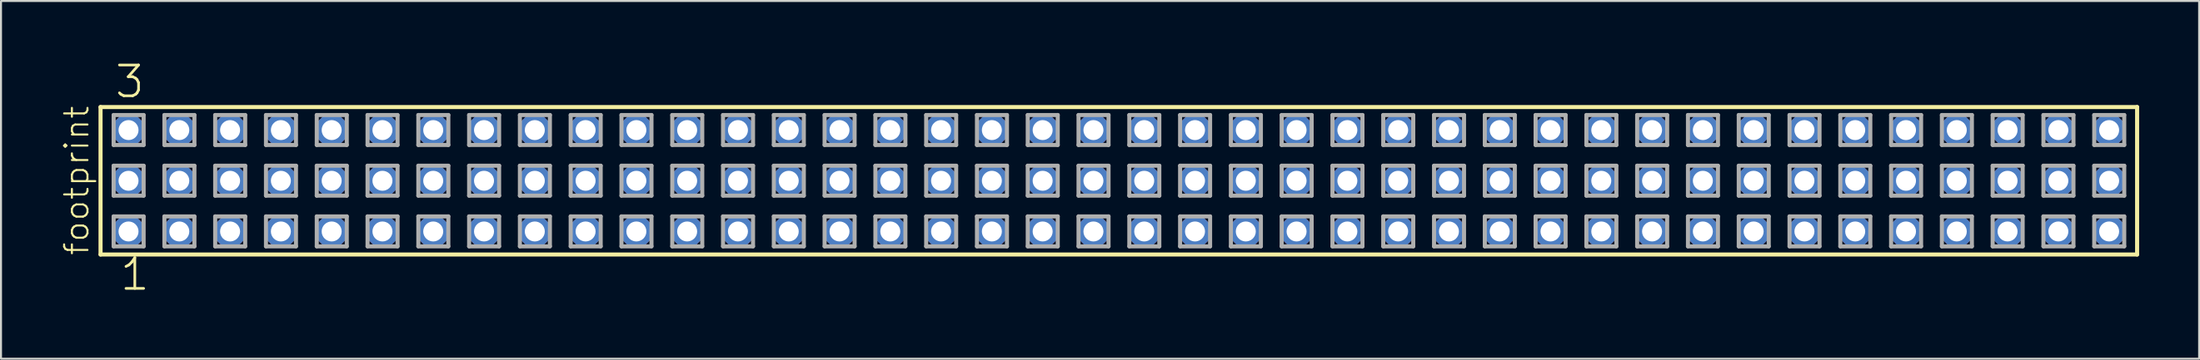
<source format=kicad_pcb>
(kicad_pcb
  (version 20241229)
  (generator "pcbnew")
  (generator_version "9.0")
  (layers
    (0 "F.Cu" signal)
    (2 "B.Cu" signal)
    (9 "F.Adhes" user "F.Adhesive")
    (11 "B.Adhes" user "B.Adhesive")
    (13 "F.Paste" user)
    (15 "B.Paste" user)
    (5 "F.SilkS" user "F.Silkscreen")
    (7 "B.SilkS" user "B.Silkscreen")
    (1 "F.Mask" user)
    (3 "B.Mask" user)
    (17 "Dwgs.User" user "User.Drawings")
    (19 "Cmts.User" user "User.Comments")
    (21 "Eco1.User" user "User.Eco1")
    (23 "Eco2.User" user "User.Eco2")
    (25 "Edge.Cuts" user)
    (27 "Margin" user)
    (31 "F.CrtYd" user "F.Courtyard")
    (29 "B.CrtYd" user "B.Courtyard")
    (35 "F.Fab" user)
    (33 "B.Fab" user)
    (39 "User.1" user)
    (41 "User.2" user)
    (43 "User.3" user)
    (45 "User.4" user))
  (footprint "footprint"
    (layer "F.Cu")
    (at 52.908 6.009)
    (property "Reference" "footprint" (at -51.435 3.81 90) (layer "F.SilkS") (effects (font (size 1.168 1.168) (thickness 0.102)) (justify left bottom)))
    (fp_line (start -50.929 -3.695) (end 50.929 -3.695) (stroke (width 0.203) (type solid)) (layer "F.SilkS"))
    (fp_line (start -50.929 3.695) (end -50.929 -3.695) (stroke (width 0.203) (type solid)) (layer "F.SilkS"))
    (fp_line (start 50.929 -3.695) (end 50.929 3.695) (stroke (width 0.203) (type solid)) (layer "F.SilkS"))
    (fp_line (start 50.929 3.695) (end -50.929 3.695) (stroke (width 0.203) (type solid)) (layer "F.SilkS"))
    (fp_line (start -50.275 -3.295) (end -48.775 -3.295) (stroke (width 0.203) (type solid)) (layer "F.Fab"))
    (fp_line (start -50.275 -1.795) (end -50.275 -3.295) (stroke (width 0.203) (type solid)) (layer "F.Fab"))
    (fp_line (start -50.275 -0.755) (end -48.775 -0.755) (stroke (width 0.203) (type solid)) (layer "F.Fab"))
    (fp_line (start -50.275 0.745) (end -50.275 -0.755) (stroke (width 0.203) (type solid)) (layer "F.Fab"))
    (fp_line (start -50.275 1.785) (end -48.775 1.785) (stroke (width 0.203) (type solid)) (layer "F.Fab"))
    (fp_line (start -50.275 3.285) (end -50.275 1.785) (stroke (width 0.203) (type solid)) (layer "F.Fab"))
    (fp_line (start -48.775 -3.295) (end -48.775 -1.795) (stroke (width 0.203) (type solid)) (layer "F.Fab"))
    (fp_line (start -48.775 -1.795) (end -50.275 -1.795) (stroke (width 0.203) (type solid)) (layer "F.Fab"))
    (fp_line (start -48.775 -0.755) (end -48.775 0.745) (stroke (width 0.203) (type solid)) (layer "F.Fab"))
    (fp_line (start -48.775 0.745) (end -50.275 0.745) (stroke (width 0.203) (type solid)) (layer "F.Fab"))
    (fp_line (start -48.775 1.785) (end -48.775 3.285) (stroke (width 0.203) (type solid)) (layer "F.Fab"))
    (fp_line (start -48.775 3.285) (end -50.275 3.285) (stroke (width 0.203) (type solid)) (layer "F.Fab"))
    (fp_line (start -47.735 -3.295) (end -46.235 -3.295) (stroke (width 0.203) (type solid)) (layer "F.Fab"))
    (fp_line (start -47.735 -1.795) (end -47.735 -3.295) (stroke (width 0.203) (type solid)) (layer "F.Fab"))
    (fp_line (start -47.735 -0.755) (end -46.235 -0.755) (stroke (width 0.203) (type solid)) (layer "F.Fab"))
    (fp_line (start -47.735 0.745) (end -47.735 -0.755) (stroke (width 0.203) (type solid)) (layer "F.Fab"))
    (fp_line (start -47.735 1.785) (end -46.235 1.785) (stroke (width 0.203) (type solid)) (layer "F.Fab"))
    (fp_line (start -47.735 3.285) (end -47.735 1.785) (stroke (width 0.203) (type solid)) (layer "F.Fab"))
    (fp_line (start -46.235 -3.295) (end -46.235 -1.795) (stroke (width 0.203) (type solid)) (layer "F.Fab"))
    (fp_line (start -46.235 -1.795) (end -47.735 -1.795) (stroke (width 0.203) (type solid)) (layer "F.Fab"))
    (fp_line (start -46.235 -0.755) (end -46.235 0.745) (stroke (width 0.203) (type solid)) (layer "F.Fab"))
    (fp_line (start -46.235 0.745) (end -47.735 0.745) (stroke (width 0.203) (type solid)) (layer "F.Fab"))
    (fp_line (start -46.235 1.785) (end -46.235 3.285) (stroke (width 0.203) (type solid)) (layer "F.Fab"))
    (fp_line (start -46.235 3.285) (end -47.735 3.285) (stroke (width 0.203) (type solid)) (layer "F.Fab"))
    (fp_line (start -45.195 -3.295) (end -43.695 -3.295) (stroke (width 0.203) (type solid)) (layer "F.Fab"))
    (fp_line (start -45.195 -1.795) (end -45.195 -3.295) (stroke (width 0.203) (type solid)) (layer "F.Fab"))
    (fp_line (start -45.195 -0.755) (end -43.695 -0.755) (stroke (width 0.203) (type solid)) (layer "F.Fab"))
    (fp_line (start -45.195 0.745) (end -45.195 -0.755) (stroke (width 0.203) (type solid)) (layer "F.Fab"))
    (fp_line (start -45.195 1.785) (end -43.695 1.785) (stroke (width 0.203) (type solid)) (layer "F.Fab"))
    (fp_line (start -45.195 3.285) (end -45.195 1.785) (stroke (width 0.203) (type solid)) (layer "F.Fab"))
    (fp_line (start -43.695 -3.295) (end -43.695 -1.795) (stroke (width 0.203) (type solid)) (layer "F.Fab"))
    (fp_line (start -43.695 -1.795) (end -45.195 -1.795) (stroke (width 0.203) (type solid)) (layer "F.Fab"))
    (fp_line (start -43.695 -0.755) (end -43.695 0.745) (stroke (width 0.203) (type solid)) (layer "F.Fab"))
    (fp_line (start -43.695 0.745) (end -45.195 0.745) (stroke (width 0.203) (type solid)) (layer "F.Fab"))
    (fp_line (start -43.695 1.785) (end -43.695 3.285) (stroke (width 0.203) (type solid)) (layer "F.Fab"))
    (fp_line (start -43.695 3.285) (end -45.195 3.285) (stroke (width 0.203) (type solid)) (layer "F.Fab"))
    (fp_line (start -42.655 -3.295) (end -41.155 -3.295) (stroke (width 0.203) (type solid)) (layer "F.Fab"))
    (fp_line (start -42.655 -1.795) (end -42.655 -3.295) (stroke (width 0.203) (type solid)) (layer "F.Fab"))
    (fp_line (start -42.655 -0.755) (end -41.155 -0.755) (stroke (width 0.203) (type solid)) (layer "F.Fab"))
    (fp_line (start -42.655 0.745) (end -42.655 -0.755) (stroke (width 0.203) (type solid)) (layer "F.Fab"))
    (fp_line (start -42.655 1.785) (end -41.155 1.785) (stroke (width 0.203) (type solid)) (layer "F.Fab"))
    (fp_line (start -42.655 3.285) (end -42.655 1.785) (stroke (width 0.203) (type solid)) (layer "F.Fab"))
    (fp_line (start -41.155 -3.295) (end -41.155 -1.795) (stroke (width 0.203) (type solid)) (layer "F.Fab"))
    (fp_line (start -41.155 -1.795) (end -42.655 -1.795) (stroke (width 0.203) (type solid)) (layer "F.Fab"))
    (fp_line (start -41.155 -0.755) (end -41.155 0.745) (stroke (width 0.203) (type solid)) (layer "F.Fab"))
    (fp_line (start -41.155 0.745) (end -42.655 0.745) (stroke (width 0.203) (type solid)) (layer "F.Fab"))
    (fp_line (start -41.155 1.785) (end -41.155 3.285) (stroke (width 0.203) (type solid)) (layer "F.Fab"))
    (fp_line (start -41.155 3.285) (end -42.655 3.285) (stroke (width 0.203) (type solid)) (layer "F.Fab"))
    (fp_line (start -40.115 -3.295) (end -38.615 -3.295) (stroke (width 0.203) (type solid)) (layer "F.Fab"))
    (fp_line (start -40.115 -1.795) (end -40.115 -3.295) (stroke (width 0.203) (type solid)) (layer "F.Fab"))
    (fp_line (start -40.115 -0.755) (end -38.615 -0.755) (stroke (width 0.203) (type solid)) (layer "F.Fab"))
    (fp_line (start -40.115 0.745) (end -40.115 -0.755) (stroke (width 0.203) (type solid)) (layer "F.Fab"))
    (fp_line (start -40.115 1.785) (end -38.615 1.785) (stroke (width 0.203) (type solid)) (layer "F.Fab"))
    (fp_line (start -40.115 3.285) (end -40.115 1.785) (stroke (width 0.203) (type solid)) (layer "F.Fab"))
    (fp_line (start -38.615 -3.295) (end -38.615 -1.795) (stroke (width 0.203) (type solid)) (layer "F.Fab"))
    (fp_line (start -38.615 -1.795) (end -40.115 -1.795) (stroke (width 0.203) (type solid)) (layer "F.Fab"))
    (fp_line (start -38.615 -0.755) (end -38.615 0.745) (stroke (width 0.203) (type solid)) (layer "F.Fab"))
    (fp_line (start -38.615 0.745) (end -40.115 0.745) (stroke (width 0.203) (type solid)) (layer "F.Fab"))
    (fp_line (start -38.615 1.785) (end -38.615 3.285) (stroke (width 0.203) (type solid)) (layer "F.Fab"))
    (fp_line (start -38.615 3.285) (end -40.115 3.285) (stroke (width 0.203) (type solid)) (layer "F.Fab"))
    (fp_line (start -37.575 -3.295) (end -36.075 -3.295) (stroke (width 0.203) (type solid)) (layer "F.Fab"))
    (fp_line (start -37.575 -1.795) (end -37.575 -3.295) (stroke (width 0.203) (type solid)) (layer "F.Fab"))
    (fp_line (start -37.575 -0.755) (end -36.075 -0.755) (stroke (width 0.203) (type solid)) (layer "F.Fab"))
    (fp_line (start -37.575 0.745) (end -37.575 -0.755) (stroke (width 0.203) (type solid)) (layer "F.Fab"))
    (fp_line (start -37.575 1.785) (end -36.075 1.785) (stroke (width 0.203) (type solid)) (layer "F.Fab"))
    (fp_line (start -37.575 3.285) (end -37.575 1.785) (stroke (width 0.203) (type solid)) (layer "F.Fab"))
    (fp_line (start -36.075 -3.295) (end -36.075 -1.795) (stroke (width 0.203) (type solid)) (layer "F.Fab"))
    (fp_line (start -36.075 -1.795) (end -37.575 -1.795) (stroke (width 0.203) (type solid)) (layer "F.Fab"))
    (fp_line (start -36.075 -0.755) (end -36.075 0.745) (stroke (width 0.203) (type solid)) (layer "F.Fab"))
    (fp_line (start -36.075 0.745) (end -37.575 0.745) (stroke (width 0.203) (type solid)) (layer "F.Fab"))
    (fp_line (start -36.075 1.785) (end -36.075 3.285) (stroke (width 0.203) (type solid)) (layer "F.Fab"))
    (fp_line (start -36.075 3.285) (end -37.575 3.285) (stroke (width 0.203) (type solid)) (layer "F.Fab"))
    (fp_line (start -35.035 -3.295) (end -33.535 -3.295) (stroke (width 0.203) (type solid)) (layer "F.Fab"))
    (fp_line (start -35.035 -1.795) (end -35.035 -3.295) (stroke (width 0.203) (type solid)) (layer "F.Fab"))
    (fp_line (start -35.035 -0.755) (end -33.535 -0.755) (stroke (width 0.203) (type solid)) (layer "F.Fab"))
    (fp_line (start -35.035 0.745) (end -35.035 -0.755) (stroke (width 0.203) (type solid)) (layer "F.Fab"))
    (fp_line (start -35.035 1.785) (end -33.535 1.785) (stroke (width 0.203) (type solid)) (layer "F.Fab"))
    (fp_line (start -35.035 3.285) (end -35.035 1.785) (stroke (width 0.203) (type solid)) (layer "F.Fab"))
    (fp_line (start -33.535 -3.295) (end -33.535 -1.795) (stroke (width 0.203) (type solid)) (layer "F.Fab"))
    (fp_line (start -33.535 -1.795) (end -35.035 -1.795) (stroke (width 0.203) (type solid)) (layer "F.Fab"))
    (fp_line (start -33.535 -0.755) (end -33.535 0.745) (stroke (width 0.203) (type solid)) (layer "F.Fab"))
    (fp_line (start -33.535 0.745) (end -35.035 0.745) (stroke (width 0.203) (type solid)) (layer "F.Fab"))
    (fp_line (start -33.535 1.785) (end -33.535 3.285) (stroke (width 0.203) (type solid)) (layer "F.Fab"))
    (fp_line (start -33.535 3.285) (end -35.035 3.285) (stroke (width 0.203) (type solid)) (layer "F.Fab"))
    (fp_line (start -32.495 -3.295) (end -30.995 -3.295) (stroke (width 0.203) (type solid)) (layer "F.Fab"))
    (fp_line (start -32.495 -1.795) (end -32.495 -3.295) (stroke (width 0.203) (type solid)) (layer "F.Fab"))
    (fp_line (start -32.495 -0.755) (end -30.995 -0.755) (stroke (width 0.203) (type solid)) (layer "F.Fab"))
    (fp_line (start -32.495 0.745) (end -32.495 -0.755) (stroke (width 0.203) (type solid)) (layer "F.Fab"))
    (fp_line (start -32.495 1.785) (end -30.995 1.785) (stroke (width 0.203) (type solid)) (layer "F.Fab"))
    (fp_line (start -32.495 3.285) (end -32.495 1.785) (stroke (width 0.203) (type solid)) (layer "F.Fab"))
    (fp_line (start -30.995 -3.295) (end -30.995 -1.795) (stroke (width 0.203) (type solid)) (layer "F.Fab"))
    (fp_line (start -30.995 -1.795) (end -32.495 -1.795) (stroke (width 0.203) (type solid)) (layer "F.Fab"))
    (fp_line (start -30.995 -0.755) (end -30.995 0.745) (stroke (width 0.203) (type solid)) (layer "F.Fab"))
    (fp_line (start -30.995 0.745) (end -32.495 0.745) (stroke (width 0.203) (type solid)) (layer "F.Fab"))
    (fp_line (start -30.995 1.785) (end -30.995 3.285) (stroke (width 0.203) (type solid)) (layer "F.Fab"))
    (fp_line (start -30.995 3.285) (end -32.495 3.285) (stroke (width 0.203) (type solid)) (layer "F.Fab"))
    (fp_line (start -29.955 -3.295) (end -28.455 -3.295) (stroke (width 0.203) (type solid)) (layer "F.Fab"))
    (fp_line (start -29.955 -1.795) (end -29.955 -3.295) (stroke (width 0.203) (type solid)) (layer "F.Fab"))
    (fp_line (start -29.955 -0.755) (end -28.455 -0.755) (stroke (width 0.203) (type solid)) (layer "F.Fab"))
    (fp_line (start -29.955 0.745) (end -29.955 -0.755) (stroke (width 0.203) (type solid)) (layer "F.Fab"))
    (fp_line (start -29.955 1.785) (end -28.455 1.785) (stroke (width 0.203) (type solid)) (layer "F.Fab"))
    (fp_line (start -29.955 3.285) (end -29.955 1.785) (stroke (width 0.203) (type solid)) (layer "F.Fab"))
    (fp_line (start -28.455 -3.295) (end -28.455 -1.795) (stroke (width 0.203) (type solid)) (layer "F.Fab"))
    (fp_line (start -28.455 -1.795) (end -29.955 -1.795) (stroke (width 0.203) (type solid)) (layer "F.Fab"))
    (fp_line (start -28.455 -0.755) (end -28.455 0.745) (stroke (width 0.203) (type solid)) (layer "F.Fab"))
    (fp_line (start -28.455 0.745) (end -29.955 0.745) (stroke (width 0.203) (type solid)) (layer "F.Fab"))
    (fp_line (start -28.455 1.785) (end -28.455 3.285) (stroke (width 0.203) (type solid)) (layer "F.Fab"))
    (fp_line (start -28.455 3.285) (end -29.955 3.285) (stroke (width 0.203) (type solid)) (layer "F.Fab"))
    (fp_line (start -27.415 -3.295) (end -25.915 -3.295) (stroke (width 0.203) (type solid)) (layer "F.Fab"))
    (fp_line (start -27.415 -1.795) (end -27.415 -3.295) (stroke (width 0.203) (type solid)) (layer "F.Fab"))
    (fp_line (start -27.415 -0.755) (end -25.915 -0.755) (stroke (width 0.203) (type solid)) (layer "F.Fab"))
    (fp_line (start -27.415 0.745) (end -27.415 -0.755) (stroke (width 0.203) (type solid)) (layer "F.Fab"))
    (fp_line (start -27.415 1.785) (end -25.915 1.785) (stroke (width 0.203) (type solid)) (layer "F.Fab"))
    (fp_line (start -27.415 3.285) (end -27.415 1.785) (stroke (width 0.203) (type solid)) (layer "F.Fab"))
    (fp_line (start -25.915 -3.295) (end -25.915 -1.795) (stroke (width 0.203) (type solid)) (layer "F.Fab"))
    (fp_line (start -25.915 -1.795) (end -27.415 -1.795) (stroke (width 0.203) (type solid)) (layer "F.Fab"))
    (fp_line (start -25.915 -0.755) (end -25.915 0.745) (stroke (width 0.203) (type solid)) (layer "F.Fab"))
    (fp_line (start -25.915 0.745) (end -27.415 0.745) (stroke (width 0.203) (type solid)) (layer "F.Fab"))
    (fp_line (start -25.915 1.785) (end -25.915 3.285) (stroke (width 0.203) (type solid)) (layer "F.Fab"))
    (fp_line (start -25.915 3.285) (end -27.415 3.285) (stroke (width 0.203) (type solid)) (layer "F.Fab"))
    (fp_line (start -24.875 -3.295) (end -23.375 -3.295) (stroke (width 0.203) (type solid)) (layer "F.Fab"))
    (fp_line (start -24.875 -1.795) (end -24.875 -3.295) (stroke (width 0.203) (type solid)) (layer "F.Fab"))
    (fp_line (start -24.875 -0.755) (end -23.375 -0.755) (stroke (width 0.203) (type solid)) (layer "F.Fab"))
    (fp_line (start -24.875 0.745) (end -24.875 -0.755) (stroke (width 0.203) (type solid)) (layer "F.Fab"))
    (fp_line (start -24.875 1.785) (end -23.375 1.785) (stroke (width 0.203) (type solid)) (layer "F.Fab"))
    (fp_line (start -24.875 3.285) (end -24.875 1.785) (stroke (width 0.203) (type solid)) (layer "F.Fab"))
    (fp_line (start -23.375 -3.295) (end -23.375 -1.795) (stroke (width 0.203) (type solid)) (layer "F.Fab"))
    (fp_line (start -23.375 -1.795) (end -24.875 -1.795) (stroke (width 0.203) (type solid)) (layer "F.Fab"))
    (fp_line (start -23.375 -0.755) (end -23.375 0.745) (stroke (width 0.203) (type solid)) (layer "F.Fab"))
    (fp_line (start -23.375 0.745) (end -24.875 0.745) (stroke (width 0.203) (type solid)) (layer "F.Fab"))
    (fp_line (start -23.375 1.785) (end -23.375 3.285) (stroke (width 0.203) (type solid)) (layer "F.Fab"))
    (fp_line (start -23.375 3.285) (end -24.875 3.285) (stroke (width 0.203) (type solid)) (layer "F.Fab"))
    (fp_line (start -22.335 -3.295) (end -20.835 -3.295) (stroke (width 0.203) (type solid)) (layer "F.Fab"))
    (fp_line (start -22.335 -1.795) (end -22.335 -3.295) (stroke (width 0.203) (type solid)) (layer "F.Fab"))
    (fp_line (start -22.335 -0.755) (end -20.835 -0.755) (stroke (width 0.203) (type solid)) (layer "F.Fab"))
    (fp_line (start -22.335 0.745) (end -22.335 -0.755) (stroke (width 0.203) (type solid)) (layer "F.Fab"))
    (fp_line (start -22.335 1.785) (end -20.835 1.785) (stroke (width 0.203) (type solid)) (layer "F.Fab"))
    (fp_line (start -22.335 3.285) (end -22.335 1.785) (stroke (width 0.203) (type solid)) (layer "F.Fab"))
    (fp_line (start -20.835 -3.295) (end -20.835 -1.795) (stroke (width 0.203) (type solid)) (layer "F.Fab"))
    (fp_line (start -20.835 -1.795) (end -22.335 -1.795) (stroke (width 0.203) (type solid)) (layer "F.Fab"))
    (fp_line (start -20.835 -0.755) (end -20.835 0.745) (stroke (width 0.203) (type solid)) (layer "F.Fab"))
    (fp_line (start -20.835 0.745) (end -22.335 0.745) (stroke (width 0.203) (type solid)) (layer "F.Fab"))
    (fp_line (start -20.835 1.785) (end -20.835 3.285) (stroke (width 0.203) (type solid)) (layer "F.Fab"))
    (fp_line (start -20.835 3.285) (end -22.335 3.285) (stroke (width 0.203) (type solid)) (layer "F.Fab"))
    (fp_line (start -19.795 -3.295) (end -18.295 -3.295) (stroke (width 0.203) (type solid)) (layer "F.Fab"))
    (fp_line (start -19.795 -1.795) (end -19.795 -3.295) (stroke (width 0.203) (type solid)) (layer "F.Fab"))
    (fp_line (start -19.795 -0.755) (end -18.295 -0.755) (stroke (width 0.203) (type solid)) (layer "F.Fab"))
    (fp_line (start -19.795 0.745) (end -19.795 -0.755) (stroke (width 0.203) (type solid)) (layer "F.Fab"))
    (fp_line (start -19.795 1.785) (end -18.295 1.785) (stroke (width 0.203) (type solid)) (layer "F.Fab"))
    (fp_line (start -19.795 3.285) (end -19.795 1.785) (stroke (width 0.203) (type solid)) (layer "F.Fab"))
    (fp_line (start -18.295 -3.295) (end -18.295 -1.795) (stroke (width 0.203) (type solid)) (layer "F.Fab"))
    (fp_line (start -18.295 -1.795) (end -19.795 -1.795) (stroke (width 0.203) (type solid)) (layer "F.Fab"))
    (fp_line (start -18.295 -0.755) (end -18.295 0.745) (stroke (width 0.203) (type solid)) (layer "F.Fab"))
    (fp_line (start -18.295 0.745) (end -19.795 0.745) (stroke (width 0.203) (type solid)) (layer "F.Fab"))
    (fp_line (start -18.295 1.785) (end -18.295 3.285) (stroke (width 0.203) (type solid)) (layer "F.Fab"))
    (fp_line (start -18.295 3.285) (end -19.795 3.285) (stroke (width 0.203) (type solid)) (layer "F.Fab"))
    (fp_line (start -17.255 -3.295) (end -15.755 -3.295) (stroke (width 0.203) (type solid)) (layer "F.Fab"))
    (fp_line (start -17.255 -1.795) (end -17.255 -3.295) (stroke (width 0.203) (type solid)) (layer "F.Fab"))
    (fp_line (start -17.255 -0.755) (end -15.755 -0.755) (stroke (width 0.203) (type solid)) (layer "F.Fab"))
    (fp_line (start -17.255 0.745) (end -17.255 -0.755) (stroke (width 0.203) (type solid)) (layer "F.Fab"))
    (fp_line (start -17.255 1.785) (end -15.755 1.785) (stroke (width 0.203) (type solid)) (layer "F.Fab"))
    (fp_line (start -17.255 3.285) (end -17.255 1.785) (stroke (width 0.203) (type solid)) (layer "F.Fab"))
    (fp_line (start -15.755 -3.295) (end -15.755 -1.795) (stroke (width 0.203) (type solid)) (layer "F.Fab"))
    (fp_line (start -15.755 -1.795) (end -17.255 -1.795) (stroke (width 0.203) (type solid)) (layer "F.Fab"))
    (fp_line (start -15.755 -0.755) (end -15.755 0.745) (stroke (width 0.203) (type solid)) (layer "F.Fab"))
    (fp_line (start -15.755 0.745) (end -17.255 0.745) (stroke (width 0.203) (type solid)) (layer "F.Fab"))
    (fp_line (start -15.755 1.785) (end -15.755 3.285) (stroke (width 0.203) (type solid)) (layer "F.Fab"))
    (fp_line (start -15.755 3.285) (end -17.255 3.285) (stroke (width 0.203) (type solid)) (layer "F.Fab"))
    (fp_line (start -14.715 -3.295) (end -13.215 -3.295) (stroke (width 0.203) (type solid)) (layer "F.Fab"))
    (fp_line (start -14.715 -1.795) (end -14.715 -3.295) (stroke (width 0.203) (type solid)) (layer "F.Fab"))
    (fp_line (start -14.715 -0.755) (end -13.215 -0.755) (stroke (width 0.203) (type solid)) (layer "F.Fab"))
    (fp_line (start -14.715 0.745) (end -14.715 -0.755) (stroke (width 0.203) (type solid)) (layer "F.Fab"))
    (fp_line (start -14.715 1.785) (end -13.215 1.785) (stroke (width 0.203) (type solid)) (layer "F.Fab"))
    (fp_line (start -14.715 3.285) (end -14.715 1.785) (stroke (width 0.203) (type solid)) (layer "F.Fab"))
    (fp_line (start -13.215 -3.295) (end -13.215 -1.795) (stroke (width 0.203) (type solid)) (layer "F.Fab"))
    (fp_line (start -13.215 -1.795) (end -14.715 -1.795) (stroke (width 0.203) (type solid)) (layer "F.Fab"))
    (fp_line (start -13.215 -0.755) (end -13.215 0.745) (stroke (width 0.203) (type solid)) (layer "F.Fab"))
    (fp_line (start -13.215 0.745) (end -14.715 0.745) (stroke (width 0.203) (type solid)) (layer "F.Fab"))
    (fp_line (start -13.215 1.785) (end -13.215 3.285) (stroke (width 0.203) (type solid)) (layer "F.Fab"))
    (fp_line (start -13.215 3.285) (end -14.715 3.285) (stroke (width 0.203) (type solid)) (layer "F.Fab"))
    (fp_line (start -12.175 -3.295) (end -10.675 -3.295) (stroke (width 0.203) (type solid)) (layer "F.Fab"))
    (fp_line (start -12.175 -1.795) (end -12.175 -3.295) (stroke (width 0.203) (type solid)) (layer "F.Fab"))
    (fp_line (start -12.175 -0.755) (end -10.675 -0.755) (stroke (width 0.203) (type solid)) (layer "F.Fab"))
    (fp_line (start -12.175 0.745) (end -12.175 -0.755) (stroke (width 0.203) (type solid)) (layer "F.Fab"))
    (fp_line (start -12.175 1.785) (end -10.675 1.785) (stroke (width 0.203) (type solid)) (layer "F.Fab"))
    (fp_line (start -12.175 3.285) (end -12.175 1.785) (stroke (width 0.203) (type solid)) (layer "F.Fab"))
    (fp_line (start -10.675 -3.295) (end -10.675 -1.795) (stroke (width 0.203) (type solid)) (layer "F.Fab"))
    (fp_line (start -10.675 -1.795) (end -12.175 -1.795) (stroke (width 0.203) (type solid)) (layer "F.Fab"))
    (fp_line (start -10.675 -0.755) (end -10.675 0.745) (stroke (width 0.203) (type solid)) (layer "F.Fab"))
    (fp_line (start -10.675 0.745) (end -12.175 0.745) (stroke (width 0.203) (type solid)) (layer "F.Fab"))
    (fp_line (start -10.675 1.785) (end -10.675 3.285) (stroke (width 0.203) (type solid)) (layer "F.Fab"))
    (fp_line (start -10.675 3.285) (end -12.175 3.285) (stroke (width 0.203) (type solid)) (layer "F.Fab"))
    (fp_line (start -9.635 -3.295) (end -8.135 -3.295) (stroke (width 0.203) (type solid)) (layer "F.Fab"))
    (fp_line (start -9.635 -1.795) (end -9.635 -3.295) (stroke (width 0.203) (type solid)) (layer "F.Fab"))
    (fp_line (start -9.635 -0.755) (end -8.135 -0.755) (stroke (width 0.203) (type solid)) (layer "F.Fab"))
    (fp_line (start -9.635 0.745) (end -9.635 -0.755) (stroke (width 0.203) (type solid)) (layer "F.Fab"))
    (fp_line (start -9.635 1.785) (end -8.135 1.785) (stroke (width 0.203) (type solid)) (layer "F.Fab"))
    (fp_line (start -9.635 3.285) (end -9.635 1.785) (stroke (width 0.203) (type solid)) (layer "F.Fab"))
    (fp_line (start -8.135 -3.295) (end -8.135 -1.795) (stroke (width 0.203) (type solid)) (layer "F.Fab"))
    (fp_line (start -8.135 -1.795) (end -9.635 -1.795) (stroke (width 0.203) (type solid)) (layer "F.Fab"))
    (fp_line (start -8.135 -0.755) (end -8.135 0.745) (stroke (width 0.203) (type solid)) (layer "F.Fab"))
    (fp_line (start -8.135 0.745) (end -9.635 0.745) (stroke (width 0.203) (type solid)) (layer "F.Fab"))
    (fp_line (start -8.135 1.785) (end -8.135 3.285) (stroke (width 0.203) (type solid)) (layer "F.Fab"))
    (fp_line (start -8.135 3.285) (end -9.635 3.285) (stroke (width 0.203) (type solid)) (layer "F.Fab"))
    (fp_line (start -7.095 -3.295) (end -5.595 -3.295) (stroke (width 0.203) (type solid)) (layer "F.Fab"))
    (fp_line (start -7.095 -1.795) (end -7.095 -3.295) (stroke (width 0.203) (type solid)) (layer "F.Fab"))
    (fp_line (start -7.095 -0.755) (end -5.595 -0.755) (stroke (width 0.203) (type solid)) (layer "F.Fab"))
    (fp_line (start -7.095 0.745) (end -7.095 -0.755) (stroke (width 0.203) (type solid)) (layer "F.Fab"))
    (fp_line (start -7.095 1.785) (end -5.595 1.785) (stroke (width 0.203) (type solid)) (layer "F.Fab"))
    (fp_line (start -7.095 3.285) (end -7.095 1.785) (stroke (width 0.203) (type solid)) (layer "F.Fab"))
    (fp_line (start -5.595 -3.295) (end -5.595 -1.795) (stroke (width 0.203) (type solid)) (layer "F.Fab"))
    (fp_line (start -5.595 -1.795) (end -7.095 -1.795) (stroke (width 0.203) (type solid)) (layer "F.Fab"))
    (fp_line (start -5.595 -0.755) (end -5.595 0.745) (stroke (width 0.203) (type solid)) (layer "F.Fab"))
    (fp_line (start -5.595 0.745) (end -7.095 0.745) (stroke (width 0.203) (type solid)) (layer "F.Fab"))
    (fp_line (start -5.595 1.785) (end -5.595 3.285) (stroke (width 0.203) (type solid)) (layer "F.Fab"))
    (fp_line (start -5.595 3.285) (end -7.095 3.285) (stroke (width 0.203) (type solid)) (layer "F.Fab"))
    (fp_line (start -4.555 -3.295) (end -3.055 -3.295) (stroke (width 0.203) (type solid)) (layer "F.Fab"))
    (fp_line (start -4.555 -1.795) (end -4.555 -3.295) (stroke (width 0.203) (type solid)) (layer "F.Fab"))
    (fp_line (start -4.555 -0.755) (end -3.055 -0.755) (stroke (width 0.203) (type solid)) (layer "F.Fab"))
    (fp_line (start -4.555 0.745) (end -4.555 -0.755) (stroke (width 0.203) (type solid)) (layer "F.Fab"))
    (fp_line (start -4.555 1.785) (end -3.055 1.785) (stroke (width 0.203) (type solid)) (layer "F.Fab"))
    (fp_line (start -4.555 3.285) (end -4.555 1.785) (stroke (width 0.203) (type solid)) (layer "F.Fab"))
    (fp_line (start -3.055 -3.295) (end -3.055 -1.795) (stroke (width 0.203) (type solid)) (layer "F.Fab"))
    (fp_line (start -3.055 -1.795) (end -4.555 -1.795) (stroke (width 0.203) (type solid)) (layer "F.Fab"))
    (fp_line (start -3.055 -0.755) (end -3.055 0.745) (stroke (width 0.203) (type solid)) (layer "F.Fab"))
    (fp_line (start -3.055 0.745) (end -4.555 0.745) (stroke (width 0.203) (type solid)) (layer "F.Fab"))
    (fp_line (start -3.055 1.785) (end -3.055 3.285) (stroke (width 0.203) (type solid)) (layer "F.Fab"))
    (fp_line (start -3.055 3.285) (end -4.555 3.285) (stroke (width 0.203) (type solid)) (layer "F.Fab"))
    (fp_line (start -2.015 -3.295) (end -0.515 -3.295) (stroke (width 0.203) (type solid)) (layer "F.Fab"))
    (fp_line (start -2.015 -1.795) (end -2.015 -3.295) (stroke (width 0.203) (type solid)) (layer "F.Fab"))
    (fp_line (start -2.015 -0.755) (end -0.515 -0.755) (stroke (width 0.203) (type solid)) (layer "F.Fab"))
    (fp_line (start -2.015 0.745) (end -2.015 -0.755) (stroke (width 0.203) (type solid)) (layer "F.Fab"))
    (fp_line (start -2.015 1.785) (end -0.515 1.785) (stroke (width 0.203) (type solid)) (layer "F.Fab"))
    (fp_line (start -2.015 3.285) (end -2.015 1.785) (stroke (width 0.203) (type solid)) (layer "F.Fab"))
    (fp_line (start -0.515 -3.295) (end -0.515 -1.795) (stroke (width 0.203) (type solid)) (layer "F.Fab"))
    (fp_line (start -0.515 -1.795) (end -2.015 -1.795) (stroke (width 0.203) (type solid)) (layer "F.Fab"))
    (fp_line (start -0.515 -0.755) (end -0.515 0.745) (stroke (width 0.203) (type solid)) (layer "F.Fab"))
    (fp_line (start -0.515 0.745) (end -2.015 0.745) (stroke (width 0.203) (type solid)) (layer "F.Fab"))
    (fp_line (start -0.515 1.785) (end -0.515 3.285) (stroke (width 0.203) (type solid)) (layer "F.Fab"))
    (fp_line (start -0.515 3.285) (end -2.015 3.285) (stroke (width 0.203) (type solid)) (layer "F.Fab"))
    (fp_line (start 0.525 -3.295) (end 2.025 -3.295) (stroke (width 0.203) (type solid)) (layer "F.Fab"))
    (fp_line (start 0.525 -1.795) (end 0.525 -3.295) (stroke (width 0.203) (type solid)) (layer "F.Fab"))
    (fp_line (start 0.525 -0.755) (end 2.025 -0.755) (stroke (width 0.203) (type solid)) (layer "F.Fab"))
    (fp_line (start 0.525 0.745) (end 0.525 -0.755) (stroke (width 0.203) (type solid)) (layer "F.Fab"))
    (fp_line (start 0.525 1.785) (end 2.025 1.785) (stroke (width 0.203) (type solid)) (layer "F.Fab"))
    (fp_line (start 0.525 3.285) (end 0.525 1.785) (stroke (width 0.203) (type solid)) (layer "F.Fab"))
    (fp_line (start 2.025 -3.295) (end 2.025 -1.795) (stroke (width 0.203) (type solid)) (layer "F.Fab"))
    (fp_line (start 2.025 -1.795) (end 0.525 -1.795) (stroke (width 0.203) (type solid)) (layer "F.Fab"))
    (fp_line (start 2.025 -0.755) (end 2.025 0.745) (stroke (width 0.203) (type solid)) (layer "F.Fab"))
    (fp_line (start 2.025 0.745) (end 0.525 0.745) (stroke (width 0.203) (type solid)) (layer "F.Fab"))
    (fp_line (start 2.025 1.785) (end 2.025 3.285) (stroke (width 0.203) (type solid)) (layer "F.Fab"))
    (fp_line (start 2.025 3.285) (end 0.525 3.285) (stroke (width 0.203) (type solid)) (layer "F.Fab"))
    (fp_line (start 3.065 -3.295) (end 4.565 -3.295) (stroke (width 0.203) (type solid)) (layer "F.Fab"))
    (fp_line (start 3.065 -1.795) (end 3.065 -3.295) (stroke (width 0.203) (type solid)) (layer "F.Fab"))
    (fp_line (start 3.065 -0.755) (end 4.565 -0.755) (stroke (width 0.203) (type solid)) (layer "F.Fab"))
    (fp_line (start 3.065 0.745) (end 3.065 -0.755) (stroke (width 0.203) (type solid)) (layer "F.Fab"))
    (fp_line (start 3.065 1.785) (end 4.565 1.785) (stroke (width 0.203) (type solid)) (layer "F.Fab"))
    (fp_line (start 3.065 3.285) (end 3.065 1.785) (stroke (width 0.203) (type solid)) (layer "F.Fab"))
    (fp_line (start 4.565 -3.295) (end 4.565 -1.795) (stroke (width 0.203) (type solid)) (layer "F.Fab"))
    (fp_line (start 4.565 -1.795) (end 3.065 -1.795) (stroke (width 0.203) (type solid)) (layer "F.Fab"))
    (fp_line (start 4.565 -0.755) (end 4.565 0.745) (stroke (width 0.203) (type solid)) (layer "F.Fab"))
    (fp_line (start 4.565 0.745) (end 3.065 0.745) (stroke (width 0.203) (type solid)) (layer "F.Fab"))
    (fp_line (start 4.565 1.785) (end 4.565 3.285) (stroke (width 0.203) (type solid)) (layer "F.Fab"))
    (fp_line (start 4.565 3.285) (end 3.065 3.285) (stroke (width 0.203) (type solid)) (layer "F.Fab"))
    (fp_line (start 5.605 -3.295) (end 7.105 -3.295) (stroke (width 0.203) (type solid)) (layer "F.Fab"))
    (fp_line (start 5.605 -1.795) (end 5.605 -3.295) (stroke (width 0.203) (type solid)) (layer "F.Fab"))
    (fp_line (start 5.605 -0.755) (end 7.105 -0.755) (stroke (width 0.203) (type solid)) (layer "F.Fab"))
    (fp_line (start 5.605 0.745) (end 5.605 -0.755) (stroke (width 0.203) (type solid)) (layer "F.Fab"))
    (fp_line (start 5.605 1.785) (end 7.105 1.785) (stroke (width 0.203) (type solid)) (layer "F.Fab"))
    (fp_line (start 5.605 3.285) (end 5.605 1.785) (stroke (width 0.203) (type solid)) (layer "F.Fab"))
    (fp_line (start 7.105 -3.295) (end 7.105 -1.795) (stroke (width 0.203) (type solid)) (layer "F.Fab"))
    (fp_line (start 7.105 -1.795) (end 5.605 -1.795) (stroke (width 0.203) (type solid)) (layer "F.Fab"))
    (fp_line (start 7.105 -0.755) (end 7.105 0.745) (stroke (width 0.203) (type solid)) (layer "F.Fab"))
    (fp_line (start 7.105 0.745) (end 5.605 0.745) (stroke (width 0.203) (type solid)) (layer "F.Fab"))
    (fp_line (start 7.105 1.785) (end 7.105 3.285) (stroke (width 0.203) (type solid)) (layer "F.Fab"))
    (fp_line (start 7.105 3.285) (end 5.605 3.285) (stroke (width 0.203) (type solid)) (layer "F.Fab"))
    (fp_line (start 8.145 -3.295) (end 9.645 -3.295) (stroke (width 0.203) (type solid)) (layer "F.Fab"))
    (fp_line (start 8.145 -1.795) (end 8.145 -3.295) (stroke (width 0.203) (type solid)) (layer "F.Fab"))
    (fp_line (start 8.145 -0.755) (end 9.645 -0.755) (stroke (width 0.203) (type solid)) (layer "F.Fab"))
    (fp_line (start 8.145 0.745) (end 8.145 -0.755) (stroke (width 0.203) (type solid)) (layer "F.Fab"))
    (fp_line (start 8.145 1.785) (end 9.645 1.785) (stroke (width 0.203) (type solid)) (layer "F.Fab"))
    (fp_line (start 8.145 3.285) (end 8.145 1.785) (stroke (width 0.203) (type solid)) (layer "F.Fab"))
    (fp_line (start 9.645 -3.295) (end 9.645 -1.795) (stroke (width 0.203) (type solid)) (layer "F.Fab"))
    (fp_line (start 9.645 -1.795) (end 8.145 -1.795) (stroke (width 0.203) (type solid)) (layer "F.Fab"))
    (fp_line (start 9.645 -0.755) (end 9.645 0.745) (stroke (width 0.203) (type solid)) (layer "F.Fab"))
    (fp_line (start 9.645 0.745) (end 8.145 0.745) (stroke (width 0.203) (type solid)) (layer "F.Fab"))
    (fp_line (start 9.645 1.785) (end 9.645 3.285) (stroke (width 0.203) (type solid)) (layer "F.Fab"))
    (fp_line (start 9.645 3.285) (end 8.145 3.285) (stroke (width 0.203) (type solid)) (layer "F.Fab"))
    (fp_line (start 10.685 -3.295) (end 12.185 -3.295) (stroke (width 0.203) (type solid)) (layer "F.Fab"))
    (fp_line (start 10.685 -1.795) (end 10.685 -3.295) (stroke (width 0.203) (type solid)) (layer "F.Fab"))
    (fp_line (start 10.685 -0.755) (end 12.185 -0.755) (stroke (width 0.203) (type solid)) (layer "F.Fab"))
    (fp_line (start 10.685 0.745) (end 10.685 -0.755) (stroke (width 0.203) (type solid)) (layer "F.Fab"))
    (fp_line (start 10.685 1.785) (end 12.185 1.785) (stroke (width 0.203) (type solid)) (layer "F.Fab"))
    (fp_line (start 10.685 3.285) (end 10.685 1.785) (stroke (width 0.203) (type solid)) (layer "F.Fab"))
    (fp_line (start 12.185 -3.295) (end 12.185 -1.795) (stroke (width 0.203) (type solid)) (layer "F.Fab"))
    (fp_line (start 12.185 -1.795) (end 10.685 -1.795) (stroke (width 0.203) (type solid)) (layer "F.Fab"))
    (fp_line (start 12.185 -0.755) (end 12.185 0.745) (stroke (width 0.203) (type solid)) (layer "F.Fab"))
    (fp_line (start 12.185 0.745) (end 10.685 0.745) (stroke (width 0.203) (type solid)) (layer "F.Fab"))
    (fp_line (start 12.185 1.785) (end 12.185 3.285) (stroke (width 0.203) (type solid)) (layer "F.Fab"))
    (fp_line (start 12.185 3.285) (end 10.685 3.285) (stroke (width 0.203) (type solid)) (layer "F.Fab"))
    (fp_line (start 13.225 -3.295) (end 14.725 -3.295) (stroke (width 0.203) (type solid)) (layer "F.Fab"))
    (fp_line (start 13.225 -1.795) (end 13.225 -3.295) (stroke (width 0.203) (type solid)) (layer "F.Fab"))
    (fp_line (start 13.225 -0.755) (end 14.725 -0.755) (stroke (width 0.203) (type solid)) (layer "F.Fab"))
    (fp_line (start 13.225 0.745) (end 13.225 -0.755) (stroke (width 0.203) (type solid)) (layer "F.Fab"))
    (fp_line (start 13.225 1.785) (end 14.725 1.785) (stroke (width 0.203) (type solid)) (layer "F.Fab"))
    (fp_line (start 13.225 3.285) (end 13.225 1.785) (stroke (width 0.203) (type solid)) (layer "F.Fab"))
    (fp_line (start 14.725 -3.295) (end 14.725 -1.795) (stroke (width 0.203) (type solid)) (layer "F.Fab"))
    (fp_line (start 14.725 -1.795) (end 13.225 -1.795) (stroke (width 0.203) (type solid)) (layer "F.Fab"))
    (fp_line (start 14.725 -0.755) (end 14.725 0.745) (stroke (width 0.203) (type solid)) (layer "F.Fab"))
    (fp_line (start 14.725 0.745) (end 13.225 0.745) (stroke (width 0.203) (type solid)) (layer "F.Fab"))
    (fp_line (start 14.725 1.785) (end 14.725 3.285) (stroke (width 0.203) (type solid)) (layer "F.Fab"))
    (fp_line (start 14.725 3.285) (end 13.225 3.285) (stroke (width 0.203) (type solid)) (layer "F.Fab"))
    (fp_line (start 15.765 -3.295) (end 17.265 -3.295) (stroke (width 0.203) (type solid)) (layer "F.Fab"))
    (fp_line (start 15.765 -1.795) (end 15.765 -3.295) (stroke (width 0.203) (type solid)) (layer "F.Fab"))
    (fp_line (start 15.765 -0.755) (end 17.265 -0.755) (stroke (width 0.203) (type solid)) (layer "F.Fab"))
    (fp_line (start 15.765 0.745) (end 15.765 -0.755) (stroke (width 0.203) (type solid)) (layer "F.Fab"))
    (fp_line (start 15.765 1.785) (end 17.265 1.785) (stroke (width 0.203) (type solid)) (layer "F.Fab"))
    (fp_line (start 15.765 3.285) (end 15.765 1.785) (stroke (width 0.203) (type solid)) (layer "F.Fab"))
    (fp_line (start 17.265 -3.295) (end 17.265 -1.795) (stroke (width 0.203) (type solid)) (layer "F.Fab"))
    (fp_line (start 17.265 -1.795) (end 15.765 -1.795) (stroke (width 0.203) (type solid)) (layer "F.Fab"))
    (fp_line (start 17.265 -0.755) (end 17.265 0.745) (stroke (width 0.203) (type solid)) (layer "F.Fab"))
    (fp_line (start 17.265 0.745) (end 15.765 0.745) (stroke (width 0.203) (type solid)) (layer "F.Fab"))
    (fp_line (start 17.265 1.785) (end 17.265 3.285) (stroke (width 0.203) (type solid)) (layer "F.Fab"))
    (fp_line (start 17.265 3.285) (end 15.765 3.285) (stroke (width 0.203) (type solid)) (layer "F.Fab"))
    (fp_line (start 18.305 -3.295) (end 19.805 -3.295) (stroke (width 0.203) (type solid)) (layer "F.Fab"))
    (fp_line (start 18.305 -1.795) (end 18.305 -3.295) (stroke (width 0.203) (type solid)) (layer "F.Fab"))
    (fp_line (start 18.305 -0.755) (end 19.805 -0.755) (stroke (width 0.203) (type solid)) (layer "F.Fab"))
    (fp_line (start 18.305 0.745) (end 18.305 -0.755) (stroke (width 0.203) (type solid)) (layer "F.Fab"))
    (fp_line (start 18.305 1.785) (end 19.805 1.785) (stroke (width 0.203) (type solid)) (layer "F.Fab"))
    (fp_line (start 18.305 3.285) (end 18.305 1.785) (stroke (width 0.203) (type solid)) (layer "F.Fab"))
    (fp_line (start 19.805 -3.295) (end 19.805 -1.795) (stroke (width 0.203) (type solid)) (layer "F.Fab"))
    (fp_line (start 19.805 -1.795) (end 18.305 -1.795) (stroke (width 0.203) (type solid)) (layer "F.Fab"))
    (fp_line (start 19.805 -0.755) (end 19.805 0.745) (stroke (width 0.203) (type solid)) (layer "F.Fab"))
    (fp_line (start 19.805 0.745) (end 18.305 0.745) (stroke (width 0.203) (type solid)) (layer "F.Fab"))
    (fp_line (start 19.805 1.785) (end 19.805 3.285) (stroke (width 0.203) (type solid)) (layer "F.Fab"))
    (fp_line (start 19.805 3.285) (end 18.305 3.285) (stroke (width 0.203) (type solid)) (layer "F.Fab"))
    (fp_line (start 20.845 -3.295) (end 22.345 -3.295) (stroke (width 0.203) (type solid)) (layer "F.Fab"))
    (fp_line (start 20.845 -1.795) (end 20.845 -3.295) (stroke (width 0.203) (type solid)) (layer "F.Fab"))
    (fp_line (start 20.845 -0.755) (end 22.345 -0.755) (stroke (width 0.203) (type solid)) (layer "F.Fab"))
    (fp_line (start 20.845 0.745) (end 20.845 -0.755) (stroke (width 0.203) (type solid)) (layer "F.Fab"))
    (fp_line (start 20.845 1.785) (end 22.345 1.785) (stroke (width 0.203) (type solid)) (layer "F.Fab"))
    (fp_line (start 20.845 3.285) (end 20.845 1.785) (stroke (width 0.203) (type solid)) (layer "F.Fab"))
    (fp_line (start 22.345 -3.295) (end 22.345 -1.795) (stroke (width 0.203) (type solid)) (layer "F.Fab"))
    (fp_line (start 22.345 -1.795) (end 20.845 -1.795) (stroke (width 0.203) (type solid)) (layer "F.Fab"))
    (fp_line (start 22.345 -0.755) (end 22.345 0.745) (stroke (width 0.203) (type solid)) (layer "F.Fab"))
    (fp_line (start 22.345 0.745) (end 20.845 0.745) (stroke (width 0.203) (type solid)) (layer "F.Fab"))
    (fp_line (start 22.345 1.785) (end 22.345 3.285) (stroke (width 0.203) (type solid)) (layer "F.Fab"))
    (fp_line (start 22.345 3.285) (end 20.845 3.285) (stroke (width 0.203) (type solid)) (layer "F.Fab"))
    (fp_line (start 23.385 -3.295) (end 24.885 -3.295) (stroke (width 0.203) (type solid)) (layer "F.Fab"))
    (fp_line (start 23.385 -1.795) (end 23.385 -3.295) (stroke (width 0.203) (type solid)) (layer "F.Fab"))
    (fp_line (start 23.385 -0.755) (end 24.885 -0.755) (stroke (width 0.203) (type solid)) (layer "F.Fab"))
    (fp_line (start 23.385 0.745) (end 23.385 -0.755) (stroke (width 0.203) (type solid)) (layer "F.Fab"))
    (fp_line (start 23.385 1.785) (end 24.885 1.785) (stroke (width 0.203) (type solid)) (layer "F.Fab"))
    (fp_line (start 23.385 3.285) (end 23.385 1.785) (stroke (width 0.203) (type solid)) (layer "F.Fab"))
    (fp_line (start 24.885 -3.295) (end 24.885 -1.795) (stroke (width 0.203) (type solid)) (layer "F.Fab"))
    (fp_line (start 24.885 -1.795) (end 23.385 -1.795) (stroke (width 0.203) (type solid)) (layer "F.Fab"))
    (fp_line (start 24.885 -0.755) (end 24.885 0.745) (stroke (width 0.203) (type solid)) (layer "F.Fab"))
    (fp_line (start 24.885 0.745) (end 23.385 0.745) (stroke (width 0.203) (type solid)) (layer "F.Fab"))
    (fp_line (start 24.885 1.785) (end 24.885 3.285) (stroke (width 0.203) (type solid)) (layer "F.Fab"))
    (fp_line (start 24.885 3.285) (end 23.385 3.285) (stroke (width 0.203) (type solid)) (layer "F.Fab"))
    (fp_line (start 25.925 -3.295) (end 27.425 -3.295) (stroke (width 0.203) (type solid)) (layer "F.Fab"))
    (fp_line (start 25.925 -1.795) (end 25.925 -3.295) (stroke (width 0.203) (type solid)) (layer "F.Fab"))
    (fp_line (start 25.925 -0.755) (end 27.425 -0.755) (stroke (width 0.203) (type solid)) (layer "F.Fab"))
    (fp_line (start 25.925 0.745) (end 25.925 -0.755) (stroke (width 0.203) (type solid)) (layer "F.Fab"))
    (fp_line (start 25.925 1.785) (end 27.425 1.785) (stroke (width 0.203) (type solid)) (layer "F.Fab"))
    (fp_line (start 25.925 3.285) (end 25.925 1.785) (stroke (width 0.203) (type solid)) (layer "F.Fab"))
    (fp_line (start 27.425 -3.295) (end 27.425 -1.795) (stroke (width 0.203) (type solid)) (layer "F.Fab"))
    (fp_line (start 27.425 -1.795) (end 25.925 -1.795) (stroke (width 0.203) (type solid)) (layer "F.Fab"))
    (fp_line (start 27.425 -0.755) (end 27.425 0.745) (stroke (width 0.203) (type solid)) (layer "F.Fab"))
    (fp_line (start 27.425 0.745) (end 25.925 0.745) (stroke (width 0.203) (type solid)) (layer "F.Fab"))
    (fp_line (start 27.425 1.785) (end 27.425 3.285) (stroke (width 0.203) (type solid)) (layer "F.Fab"))
    (fp_line (start 27.425 3.285) (end 25.925 3.285) (stroke (width 0.203) (type solid)) (layer "F.Fab"))
    (fp_line (start 28.465 -3.295) (end 29.965 -3.295) (stroke (width 0.203) (type solid)) (layer "F.Fab"))
    (fp_line (start 28.465 -1.795) (end 28.465 -3.295) (stroke (width 0.203) (type solid)) (layer "F.Fab"))
    (fp_line (start 28.465 -0.755) (end 29.965 -0.755) (stroke (width 0.203) (type solid)) (layer "F.Fab"))
    (fp_line (start 28.465 0.745) (end 28.465 -0.755) (stroke (width 0.203) (type solid)) (layer "F.Fab"))
    (fp_line (start 28.465 1.785) (end 29.965 1.785) (stroke (width 0.203) (type solid)) (layer "F.Fab"))
    (fp_line (start 28.465 3.285) (end 28.465 1.785) (stroke (width 0.203) (type solid)) (layer "F.Fab"))
    (fp_line (start 29.965 -3.295) (end 29.965 -1.795) (stroke (width 0.203) (type solid)) (layer "F.Fab"))
    (fp_line (start 29.965 -1.795) (end 28.465 -1.795) (stroke (width 0.203) (type solid)) (layer "F.Fab"))
    (fp_line (start 29.965 -0.755) (end 29.965 0.745) (stroke (width 0.203) (type solid)) (layer "F.Fab"))
    (fp_line (start 29.965 0.745) (end 28.465 0.745) (stroke (width 0.203) (type solid)) (layer "F.Fab"))
    (fp_line (start 29.965 1.785) (end 29.965 3.285) (stroke (width 0.203) (type solid)) (layer "F.Fab"))
    (fp_line (start 29.965 3.285) (end 28.465 3.285) (stroke (width 0.203) (type solid)) (layer "F.Fab"))
    (fp_line (start 31.005 -3.295) (end 32.505 -3.295) (stroke (width 0.203) (type solid)) (layer "F.Fab"))
    (fp_line (start 31.005 -1.795) (end 31.005 -3.295) (stroke (width 0.203) (type solid)) (layer "F.Fab"))
    (fp_line (start 31.005 -0.755) (end 32.505 -0.755) (stroke (width 0.203) (type solid)) (layer "F.Fab"))
    (fp_line (start 31.005 0.745) (end 31.005 -0.755) (stroke (width 0.203) (type solid)) (layer "F.Fab"))
    (fp_line (start 31.005 1.785) (end 32.505 1.785) (stroke (width 0.203) (type solid)) (layer "F.Fab"))
    (fp_line (start 31.005 3.285) (end 31.005 1.785) (stroke (width 0.203) (type solid)) (layer "F.Fab"))
    (fp_line (start 32.505 -3.295) (end 32.505 -1.795) (stroke (width 0.203) (type solid)) (layer "F.Fab"))
    (fp_line (start 32.505 -1.795) (end 31.005 -1.795) (stroke (width 0.203) (type solid)) (layer "F.Fab"))
    (fp_line (start 32.505 -0.755) (end 32.505 0.745) (stroke (width 0.203) (type solid)) (layer "F.Fab"))
    (fp_line (start 32.505 0.745) (end 31.005 0.745) (stroke (width 0.203) (type solid)) (layer "F.Fab"))
    (fp_line (start 32.505 1.785) (end 32.505 3.285) (stroke (width 0.203) (type solid)) (layer "F.Fab"))
    (fp_line (start 32.505 3.285) (end 31.005 3.285) (stroke (width 0.203) (type solid)) (layer "F.Fab"))
    (fp_line (start 33.545 -3.295) (end 35.045 -3.295) (stroke (width 0.203) (type solid)) (layer "F.Fab"))
    (fp_line (start 33.545 -1.795) (end 33.545 -3.295) (stroke (width 0.203) (type solid)) (layer "F.Fab"))
    (fp_line (start 33.545 -0.755) (end 35.045 -0.755) (stroke (width 0.203) (type solid)) (layer "F.Fab"))
    (fp_line (start 33.545 0.745) (end 33.545 -0.755) (stroke (width 0.203) (type solid)) (layer "F.Fab"))
    (fp_line (start 33.545 1.785) (end 35.045 1.785) (stroke (width 0.203) (type solid)) (layer "F.Fab"))
    (fp_line (start 33.545 3.285) (end 33.545 1.785) (stroke (width 0.203) (type solid)) (layer "F.Fab"))
    (fp_line (start 35.045 -3.295) (end 35.045 -1.795) (stroke (width 0.203) (type solid)) (layer "F.Fab"))
    (fp_line (start 35.045 -1.795) (end 33.545 -1.795) (stroke (width 0.203) (type solid)) (layer "F.Fab"))
    (fp_line (start 35.045 -0.755) (end 35.045 0.745) (stroke (width 0.203) (type solid)) (layer "F.Fab"))
    (fp_line (start 35.045 0.745) (end 33.545 0.745) (stroke (width 0.203) (type solid)) (layer "F.Fab"))
    (fp_line (start 35.045 1.785) (end 35.045 3.285) (stroke (width 0.203) (type solid)) (layer "F.Fab"))
    (fp_line (start 35.045 3.285) (end 33.545 3.285) (stroke (width 0.203) (type solid)) (layer "F.Fab"))
    (fp_line (start 36.085 -3.295) (end 37.585 -3.295) (stroke (width 0.203) (type solid)) (layer "F.Fab"))
    (fp_line (start 36.085 -1.795) (end 36.085 -3.295) (stroke (width 0.203) (type solid)) (layer "F.Fab"))
    (fp_line (start 36.085 -0.755) (end 37.585 -0.755) (stroke (width 0.203) (type solid)) (layer "F.Fab"))
    (fp_line (start 36.085 0.745) (end 36.085 -0.755) (stroke (width 0.203) (type solid)) (layer "F.Fab"))
    (fp_line (start 36.085 1.785) (end 37.585 1.785) (stroke (width 0.203) (type solid)) (layer "F.Fab"))
    (fp_line (start 36.085 3.285) (end 36.085 1.785) (stroke (width 0.203) (type solid)) (layer "F.Fab"))
    (fp_line (start 37.585 -3.295) (end 37.585 -1.795) (stroke (width 0.203) (type solid)) (layer "F.Fab"))
    (fp_line (start 37.585 -1.795) (end 36.085 -1.795) (stroke (width 0.203) (type solid)) (layer "F.Fab"))
    (fp_line (start 37.585 -0.755) (end 37.585 0.745) (stroke (width 0.203) (type solid)) (layer "F.Fab"))
    (fp_line (start 37.585 0.745) (end 36.085 0.745) (stroke (width 0.203) (type solid)) (layer "F.Fab"))
    (fp_line (start 37.585 1.785) (end 37.585 3.285) (stroke (width 0.203) (type solid)) (layer "F.Fab"))
    (fp_line (start 37.585 3.285) (end 36.085 3.285) (stroke (width 0.203) (type solid)) (layer "F.Fab"))
    (fp_line (start 38.625 -3.295) (end 40.125 -3.295) (stroke (width 0.203) (type solid)) (layer "F.Fab"))
    (fp_line (start 38.625 -1.795) (end 38.625 -3.295) (stroke (width 0.203) (type solid)) (layer "F.Fab"))
    (fp_line (start 38.625 -0.755) (end 40.125 -0.755) (stroke (width 0.203) (type solid)) (layer "F.Fab"))
    (fp_line (start 38.625 0.745) (end 38.625 -0.755) (stroke (width 0.203) (type solid)) (layer "F.Fab"))
    (fp_line (start 38.625 1.785) (end 40.125 1.785) (stroke (width 0.203) (type solid)) (layer "F.Fab"))
    (fp_line (start 38.625 3.285) (end 38.625 1.785) (stroke (width 0.203) (type solid)) (layer "F.Fab"))
    (fp_line (start 40.125 -3.295) (end 40.125 -1.795) (stroke (width 0.203) (type solid)) (layer "F.Fab"))
    (fp_line (start 40.125 -1.795) (end 38.625 -1.795) (stroke (width 0.203) (type solid)) (layer "F.Fab"))
    (fp_line (start 40.125 -0.755) (end 40.125 0.745) (stroke (width 0.203) (type solid)) (layer "F.Fab"))
    (fp_line (start 40.125 0.745) (end 38.625 0.745) (stroke (width 0.203) (type solid)) (layer "F.Fab"))
    (fp_line (start 40.125 1.785) (end 40.125 3.285) (stroke (width 0.203) (type solid)) (layer "F.Fab"))
    (fp_line (start 40.125 3.285) (end 38.625 3.285) (stroke (width 0.203) (type solid)) (layer "F.Fab"))
    (fp_line (start 41.165 -3.295) (end 42.665 -3.295) (stroke (width 0.203) (type solid)) (layer "F.Fab"))
    (fp_line (start 41.165 -1.795) (end 41.165 -3.295) (stroke (width 0.203) (type solid)) (layer "F.Fab"))
    (fp_line (start 41.165 -0.755) (end 42.665 -0.755) (stroke (width 0.203) (type solid)) (layer "F.Fab"))
    (fp_line (start 41.165 0.745) (end 41.165 -0.755) (stroke (width 0.203) (type solid)) (layer "F.Fab"))
    (fp_line (start 41.165 1.785) (end 42.665 1.785) (stroke (width 0.203) (type solid)) (layer "F.Fab"))
    (fp_line (start 41.165 3.285) (end 41.165 1.785) (stroke (width 0.203) (type solid)) (layer "F.Fab"))
    (fp_line (start 42.665 -3.295) (end 42.665 -1.795) (stroke (width 0.203) (type solid)) (layer "F.Fab"))
    (fp_line (start 42.665 -1.795) (end 41.165 -1.795) (stroke (width 0.203) (type solid)) (layer "F.Fab"))
    (fp_line (start 42.665 -0.755) (end 42.665 0.745) (stroke (width 0.203) (type solid)) (layer "F.Fab"))
    (fp_line (start 42.665 0.745) (end 41.165 0.745) (stroke (width 0.203) (type solid)) (layer "F.Fab"))
    (fp_line (start 42.665 1.785) (end 42.665 3.285) (stroke (width 0.203) (type solid)) (layer "F.Fab"))
    (fp_line (start 42.665 3.285) (end 41.165 3.285) (stroke (width 0.203) (type solid)) (layer "F.Fab"))
    (fp_line (start 43.705 -3.295) (end 45.205 -3.295) (stroke (width 0.203) (type solid)) (layer "F.Fab"))
    (fp_line (start 43.705 -1.795) (end 43.705 -3.295) (stroke (width 0.203) (type solid)) (layer "F.Fab"))
    (fp_line (start 43.705 -0.755) (end 45.205 -0.755) (stroke (width 0.203) (type solid)) (layer "F.Fab"))
    (fp_line (start 43.705 0.745) (end 43.705 -0.755) (stroke (width 0.203) (type solid)) (layer "F.Fab"))
    (fp_line (start 43.705 1.785) (end 45.205 1.785) (stroke (width 0.203) (type solid)) (layer "F.Fab"))
    (fp_line (start 43.705 3.285) (end 43.705 1.785) (stroke (width 0.203) (type solid)) (layer "F.Fab"))
    (fp_line (start 45.205 -3.295) (end 45.205 -1.795) (stroke (width 0.203) (type solid)) (layer "F.Fab"))
    (fp_line (start 45.205 -1.795) (end 43.705 -1.795) (stroke (width 0.203) (type solid)) (layer "F.Fab"))
    (fp_line (start 45.205 -0.755) (end 45.205 0.745) (stroke (width 0.203) (type solid)) (layer "F.Fab"))
    (fp_line (start 45.205 0.745) (end 43.705 0.745) (stroke (width 0.203) (type solid)) (layer "F.Fab"))
    (fp_line (start 45.205 1.785) (end 45.205 3.285) (stroke (width 0.203) (type solid)) (layer "F.Fab"))
    (fp_line (start 45.205 3.285) (end 43.705 3.285) (stroke (width 0.203) (type solid)) (layer "F.Fab"))
    (fp_line (start 46.245 -3.295) (end 47.745 -3.295) (stroke (width 0.203) (type solid)) (layer "F.Fab"))
    (fp_line (start 46.245 -1.795) (end 46.245 -3.295) (stroke (width 0.203) (type solid)) (layer "F.Fab"))
    (fp_line (start 46.245 -0.755) (end 47.745 -0.755) (stroke (width 0.203) (type solid)) (layer "F.Fab"))
    (fp_line (start 46.245 0.745) (end 46.245 -0.755) (stroke (width 0.203) (type solid)) (layer "F.Fab"))
    (fp_line (start 46.245 1.785) (end 47.745 1.785) (stroke (width 0.203) (type solid)) (layer "F.Fab"))
    (fp_line (start 46.245 3.285) (end 46.245 1.785) (stroke (width 0.203) (type solid)) (layer "F.Fab"))
    (fp_line (start 47.745 -3.295) (end 47.745 -1.795) (stroke (width 0.203) (type solid)) (layer "F.Fab"))
    (fp_line (start 47.745 -1.795) (end 46.245 -1.795) (stroke (width 0.203) (type solid)) (layer "F.Fab"))
    (fp_line (start 47.745 -0.755) (end 47.745 0.745) (stroke (width 0.203) (type solid)) (layer "F.Fab"))
    (fp_line (start 47.745 0.745) (end 46.245 0.745) (stroke (width 0.203) (type solid)) (layer "F.Fab"))
    (fp_line (start 47.745 1.785) (end 47.745 3.285) (stroke (width 0.203) (type solid)) (layer "F.Fab"))
    (fp_line (start 47.745 3.285) (end 46.245 3.285) (stroke (width 0.203) (type solid)) (layer "F.Fab"))
    (fp_line (start 48.785 -3.295) (end 50.285 -3.295) (stroke (width 0.203) (type solid)) (layer "F.Fab"))
    (fp_line (start 48.785 -1.795) (end 48.785 -3.295) (stroke (width 0.203) (type solid)) (layer "F.Fab"))
    (fp_line (start 48.785 -0.755) (end 50.285 -0.755) (stroke (width 0.203) (type solid)) (layer "F.Fab"))
    (fp_line (start 48.785 0.745) (end 48.785 -0.755) (stroke (width 0.203) (type solid)) (layer "F.Fab"))
    (fp_line (start 48.785 1.785) (end 50.285 1.785) (stroke (width 0.203) (type solid)) (layer "F.Fab"))
    (fp_line (start 48.785 3.285) (end 48.785 1.785) (stroke (width 0.203) (type solid)) (layer "F.Fab"))
    (fp_line (start 50.285 -3.295) (end 50.285 -1.795) (stroke (width 0.203) (type solid)) (layer "F.Fab"))
    (fp_line (start 50.285 -1.795) (end 48.785 -1.795) (stroke (width 0.203) (type solid)) (layer "F.Fab"))
    (fp_line (start 50.285 -0.755) (end 50.285 0.745) (stroke (width 0.203) (type solid)) (layer "F.Fab"))
    (fp_line (start 50.285 0.745) (end 48.785 0.745) (stroke (width 0.203) (type solid)) (layer "F.Fab"))
    (fp_line (start 50.285 1.785) (end 50.285 3.285) (stroke (width 0.203) (type solid)) (layer "F.Fab"))
    (fp_line (start 50.285 3.285) (end 48.785 3.285) (stroke (width 0.203) (type solid)) (layer "F.Fab"))
    (fp_text user "3" (at -50.292 -4.064 0) (layer "F.SilkS") (effects (font (size 1.542 1.542) (thickness 0.134)) (justify left bottom)))
    (fp_text user "1" (at -50.038 5.588 0) (layer "F.SilkS") (effects (font (size 1.542 1.542) (thickness 0.134)) (justify left bottom)))
    (pad "1" thru_hole roundrect (at -49.53 2.54) (size 1.5 1.5) (drill 1) (layers "*.Cu" "*.Mask") (roundrect_rratio 0.25) (chamfer_ratio 0.25) (chamfer top_left top_right bottom_left bottom_right))
    (pad "2" thru_hole roundrect (at -49.53 0) (size 1.5 1.5) (drill 1) (layers "*.Cu" "*.Mask") (roundrect_rratio 0.25) (chamfer_ratio 0.25) (chamfer top_left top_right bottom_left bottom_right))
    (pad "3" thru_hole roundrect (at -49.53 -2.54) (size 1.5 1.5) (drill 1) (layers "*.Cu" "*.Mask") (roundrect_rratio 0.25) (chamfer_ratio 0.25) (chamfer top_left top_right bottom_left bottom_right))
    (pad "4" thru_hole roundrect (at -46.99 2.54) (size 1.5 1.5) (drill 1) (layers "*.Cu" "*.Mask") (roundrect_rratio 0.25) (chamfer_ratio 0.25) (chamfer top_left top_right bottom_left bottom_right))
    (pad "5" thru_hole roundrect (at -46.99 0) (size 1.5 1.5) (drill 1) (layers "*.Cu" "*.Mask") (roundrect_rratio 0.25) (chamfer_ratio 0.25) (chamfer top_left top_right bottom_left bottom_right))
    (pad "6" thru_hole roundrect (at -46.99 -2.54) (size 1.5 1.5) (drill 1) (layers "*.Cu" "*.Mask") (roundrect_rratio 0.25) (chamfer_ratio 0.25) (chamfer top_left top_right bottom_left bottom_right))
    (pad "7" thru_hole roundrect (at -44.45 2.54) (size 1.5 1.5) (drill 1) (layers "*.Cu" "*.Mask") (roundrect_rratio 0.25) (chamfer_ratio 0.25) (chamfer top_left top_right bottom_left bottom_right))
    (pad "8" thru_hole roundrect (at -44.45 0) (size 1.5 1.5) (drill 1) (layers "*.Cu" "*.Mask") (roundrect_rratio 0.25) (chamfer_ratio 0.25) (chamfer top_left top_right bottom_left bottom_right))
    (pad "9" thru_hole roundrect (at -44.45 -2.54) (size 1.5 1.5) (drill 1) (layers "*.Cu" "*.Mask") (roundrect_rratio 0.25) (chamfer_ratio 0.25) (chamfer top_left top_right bottom_left bottom_right))
    (pad "10" thru_hole roundrect (at -41.91 2.54) (size 1.5 1.5) (drill 1) (layers "*.Cu" "*.Mask") (roundrect_rratio 0.25) (chamfer_ratio 0.25) (chamfer top_left top_right bottom_left bottom_right))
    (pad "11" thru_hole roundrect (at -41.91 0) (size 1.5 1.5) (drill 1) (layers "*.Cu" "*.Mask") (roundrect_rratio 0.25) (chamfer_ratio 0.25) (chamfer top_left top_right bottom_left bottom_right))
    (pad "12" thru_hole roundrect (at -41.91 -2.54) (size 1.5 1.5) (drill 1) (layers "*.Cu" "*.Mask") (roundrect_rratio 0.25) (chamfer_ratio 0.25) (chamfer top_left top_right bottom_left bottom_right))
    (pad "13" thru_hole roundrect (at -39.37 2.54) (size 1.5 1.5) (drill 1) (layers "*.Cu" "*.Mask") (roundrect_rratio 0.25) (chamfer_ratio 0.25) (chamfer top_left top_right bottom_left bottom_right))
    (pad "14" thru_hole roundrect (at -39.37 0) (size 1.5 1.5) (drill 1) (layers "*.Cu" "*.Mask") (roundrect_rratio 0.25) (chamfer_ratio 0.25) (chamfer top_left top_right bottom_left bottom_right))
    (pad "15" thru_hole roundrect (at -39.37 -2.54) (size 1.5 1.5) (drill 1) (layers "*.Cu" "*.Mask") (roundrect_rratio 0.25) (chamfer_ratio 0.25) (chamfer top_left top_right bottom_left bottom_right))
    (pad "16" thru_hole roundrect (at -36.83 2.54) (size 1.5 1.5) (drill 1) (layers "*.Cu" "*.Mask") (roundrect_rratio 0.25) (chamfer_ratio 0.25) (chamfer top_left top_right bottom_left bottom_right))
    (pad "17" thru_hole roundrect (at -36.83 0) (size 1.5 1.5) (drill 1) (layers "*.Cu" "*.Mask") (roundrect_rratio 0.25) (chamfer_ratio 0.25) (chamfer top_left top_right bottom_left bottom_right))
    (pad "18" thru_hole roundrect (at -36.83 -2.54) (size 1.5 1.5) (drill 1) (layers "*.Cu" "*.Mask") (roundrect_rratio 0.25) (chamfer_ratio 0.25) (chamfer top_left top_right bottom_left bottom_right))
    (pad "19" thru_hole roundrect (at -34.29 2.54) (size 1.5 1.5) (drill 1) (layers "*.Cu" "*.Mask") (roundrect_rratio 0.25) (chamfer_ratio 0.25) (chamfer top_left top_right bottom_left bottom_right))
    (pad "20" thru_hole roundrect (at -34.29 0) (size 1.5 1.5) (drill 1) (layers "*.Cu" "*.Mask") (roundrect_rratio 0.25) (chamfer_ratio 0.25) (chamfer top_left top_right bottom_left bottom_right))
    (pad "21" thru_hole roundrect (at -34.29 -2.54) (size 1.5 1.5) (drill 1) (layers "*.Cu" "*.Mask") (roundrect_rratio 0.25) (chamfer_ratio 0.25) (chamfer top_left top_right bottom_left bottom_right))
    (pad "22" thru_hole roundrect (at -31.75 2.54) (size 1.5 1.5) (drill 1) (layers "*.Cu" "*.Mask") (roundrect_rratio 0.25) (chamfer_ratio 0.25) (chamfer top_left top_right bottom_left bottom_right))
    (pad "23" thru_hole roundrect (at -31.75 0) (size 1.5 1.5) (drill 1) (layers "*.Cu" "*.Mask") (roundrect_rratio 0.25) (chamfer_ratio 0.25) (chamfer top_left top_right bottom_left bottom_right))
    (pad "24" thru_hole roundrect (at -31.75 -2.54) (size 1.5 1.5) (drill 1) (layers "*.Cu" "*.Mask") (roundrect_rratio 0.25) (chamfer_ratio 0.25) (chamfer top_left top_right bottom_left bottom_right))
    (pad "25" thru_hole roundrect (at -29.21 2.54) (size 1.5 1.5) (drill 1) (layers "*.Cu" "*.Mask") (roundrect_rratio 0.25) (chamfer_ratio 0.25) (chamfer top_left top_right bottom_left bottom_right))
    (pad "26" thru_hole roundrect (at -29.21 0) (size 1.5 1.5) (drill 1) (layers "*.Cu" "*.Mask") (roundrect_rratio 0.25) (chamfer_ratio 0.25) (chamfer top_left top_right bottom_left bottom_right))
    (pad "27" thru_hole roundrect (at -29.21 -2.54) (size 1.5 1.5) (drill 1) (layers "*.Cu" "*.Mask") (roundrect_rratio 0.25) (chamfer_ratio 0.25) (chamfer top_left top_right bottom_left bottom_right))
    (pad "28" thru_hole roundrect (at -26.67 2.54) (size 1.5 1.5) (drill 1) (layers "*.Cu" "*.Mask") (roundrect_rratio 0.25) (chamfer_ratio 0.25) (chamfer top_left top_right bottom_left bottom_right))
    (pad "29" thru_hole roundrect (at -26.67 0) (size 1.5 1.5) (drill 1) (layers "*.Cu" "*.Mask") (roundrect_rratio 0.25) (chamfer_ratio 0.25) (chamfer top_left top_right bottom_left bottom_right))
    (pad "30" thru_hole roundrect (at -26.67 -2.54) (size 1.5 1.5) (drill 1) (layers "*.Cu" "*.Mask") (roundrect_rratio 0.25) (chamfer_ratio 0.25) (chamfer top_left top_right bottom_left bottom_right))
    (pad "31" thru_hole roundrect (at -24.13 2.54) (size 1.5 1.5) (drill 1) (layers "*.Cu" "*.Mask") (roundrect_rratio 0.25) (chamfer_ratio 0.25) (chamfer top_left top_right bottom_left bottom_right))
    (pad "32" thru_hole roundrect (at -24.13 0) (size 1.5 1.5) (drill 1) (layers "*.Cu" "*.Mask") (roundrect_rratio 0.25) (chamfer_ratio 0.25) (chamfer top_left top_right bottom_left bottom_right))
    (pad "33" thru_hole roundrect (at -24.13 -2.54) (size 1.5 1.5) (drill 1) (layers "*.Cu" "*.Mask") (roundrect_rratio 0.25) (chamfer_ratio 0.25) (chamfer top_left top_right bottom_left bottom_right))
    (pad "34" thru_hole roundrect (at -21.59 2.54) (size 1.5 1.5) (drill 1) (layers "*.Cu" "*.Mask") (roundrect_rratio 0.25) (chamfer_ratio 0.25) (chamfer top_left top_right bottom_left bottom_right))
    (pad "35" thru_hole roundrect (at -21.59 0) (size 1.5 1.5) (drill 1) (layers "*.Cu" "*.Mask") (roundrect_rratio 0.25) (chamfer_ratio 0.25) (chamfer top_left top_right bottom_left bottom_right))
    (pad "36" thru_hole roundrect (at -21.59 -2.54) (size 1.5 1.5) (drill 1) (layers "*.Cu" "*.Mask") (roundrect_rratio 0.25) (chamfer_ratio 0.25) (chamfer top_left top_right bottom_left bottom_right))
    (pad "37" thru_hole roundrect (at -19.05 2.54) (size 1.5 1.5) (drill 1) (layers "*.Cu" "*.Mask") (roundrect_rratio 0.25) (chamfer_ratio 0.25) (chamfer top_left top_right bottom_left bottom_right))
    (pad "38" thru_hole roundrect (at -19.05 0) (size 1.5 1.5) (drill 1) (layers "*.Cu" "*.Mask") (roundrect_rratio 0.25) (chamfer_ratio 0.25) (chamfer top_left top_right bottom_left bottom_right))
    (pad "39" thru_hole roundrect (at -19.05 -2.54) (size 1.5 1.5) (drill 1) (layers "*.Cu" "*.Mask") (roundrect_rratio 0.25) (chamfer_ratio 0.25) (chamfer top_left top_right bottom_left bottom_right))
    (pad "40" thru_hole roundrect (at -16.51 2.54) (size 1.5 1.5) (drill 1) (layers "*.Cu" "*.Mask") (roundrect_rratio 0.25) (chamfer_ratio 0.25) (chamfer top_left top_right bottom_left bottom_right))
    (pad "41" thru_hole roundrect (at -16.51 0) (size 1.5 1.5) (drill 1) (layers "*.Cu" "*.Mask") (roundrect_rratio 0.25) (chamfer_ratio 0.25) (chamfer top_left top_right bottom_left bottom_right))
    (pad "42" thru_hole roundrect (at -16.51 -2.54) (size 1.5 1.5) (drill 1) (layers "*.Cu" "*.Mask") (roundrect_rratio 0.25) (chamfer_ratio 0.25) (chamfer top_left top_right bottom_left bottom_right))
    (pad "43" thru_hole roundrect (at -13.97 2.54) (size 1.5 1.5) (drill 1) (layers "*.Cu" "*.Mask") (roundrect_rratio 0.25) (chamfer_ratio 0.25) (chamfer top_left top_right bottom_left bottom_right))
    (pad "44" thru_hole roundrect (at -13.97 0) (size 1.5 1.5) (drill 1) (layers "*.Cu" "*.Mask") (roundrect_rratio 0.25) (chamfer_ratio 0.25) (chamfer top_left top_right bottom_left bottom_right))
    (pad "45" thru_hole roundrect (at -13.97 -2.54) (size 1.5 1.5) (drill 1) (layers "*.Cu" "*.Mask") (roundrect_rratio 0.25) (chamfer_ratio 0.25) (chamfer top_left top_right bottom_left bottom_right))
    (pad "46" thru_hole roundrect (at -11.43 2.54) (size 1.5 1.5) (drill 1) (layers "*.Cu" "*.Mask") (roundrect_rratio 0.25) (chamfer_ratio 0.25) (chamfer top_left top_right bottom_left bottom_right))
    (pad "47" thru_hole roundrect (at -11.43 0) (size 1.5 1.5) (drill 1) (layers "*.Cu" "*.Mask") (roundrect_rratio 0.25) (chamfer_ratio 0.25) (chamfer top_left top_right bottom_left bottom_right))
    (pad "48" thru_hole roundrect (at -11.43 -2.54) (size 1.5 1.5) (drill 1) (layers "*.Cu" "*.Mask") (roundrect_rratio 0.25) (chamfer_ratio 0.25) (chamfer top_left top_right bottom_left bottom_right))
    (pad "49" thru_hole roundrect (at -8.89 2.54) (size 1.5 1.5) (drill 1) (layers "*.Cu" "*.Mask") (roundrect_rratio 0.25) (chamfer_ratio 0.25) (chamfer top_left top_right bottom_left bottom_right))
    (pad "50" thru_hole roundrect (at -8.89 0) (size 1.5 1.5) (drill 1) (layers "*.Cu" "*.Mask") (roundrect_rratio 0.25) (chamfer_ratio 0.25) (chamfer top_left top_right bottom_left bottom_right))
    (pad "51" thru_hole roundrect (at -8.89 -2.54) (size 1.5 1.5) (drill 1) (layers "*.Cu" "*.Mask") (roundrect_rratio 0.25) (chamfer_ratio 0.25) (chamfer top_left top_right bottom_left bottom_right))
    (pad "52" thru_hole roundrect (at -6.35 2.54) (size 1.5 1.5) (drill 1) (layers "*.Cu" "*.Mask") (roundrect_rratio 0.25) (chamfer_ratio 0.25) (chamfer top_left top_right bottom_left bottom_right))
    (pad "53" thru_hole roundrect (at -6.35 0) (size 1.5 1.5) (drill 1) (layers "*.Cu" "*.Mask") (roundrect_rratio 0.25) (chamfer_ratio 0.25) (chamfer top_left top_right bottom_left bottom_right))
    (pad "54" thru_hole roundrect (at -6.35 -2.54) (size 1.5 1.5) (drill 1) (layers "*.Cu" "*.Mask") (roundrect_rratio 0.25) (chamfer_ratio 0.25) (chamfer top_left top_right bottom_left bottom_right))
    (pad "55" thru_hole roundrect (at -3.81 2.54) (size 1.5 1.5) (drill 1) (layers "*.Cu" "*.Mask") (roundrect_rratio 0.25) (chamfer_ratio 0.25) (chamfer top_left top_right bottom_left bottom_right))
    (pad "56" thru_hole roundrect (at -3.81 0) (size 1.5 1.5) (drill 1) (layers "*.Cu" "*.Mask") (roundrect_rratio 0.25) (chamfer_ratio 0.25) (chamfer top_left top_right bottom_left bottom_right))
    (pad "57" thru_hole roundrect (at -3.81 -2.54) (size 1.5 1.5) (drill 1) (layers "*.Cu" "*.Mask") (roundrect_rratio 0.25) (chamfer_ratio 0.25) (chamfer top_left top_right bottom_left bottom_right))
    (pad "58" thru_hole roundrect (at -1.27 2.54) (size 1.5 1.5) (drill 1) (layers "*.Cu" "*.Mask") (roundrect_rratio 0.25) (chamfer_ratio 0.25) (chamfer top_left top_right bottom_left bottom_right))
    (pad "59" thru_hole roundrect (at -1.27 0) (size 1.5 1.5) (drill 1) (layers "*.Cu" "*.Mask") (roundrect_rratio 0.25) (chamfer_ratio 0.25) (chamfer top_left top_right bottom_left bottom_right))
    (pad "60" thru_hole roundrect (at -1.27 -2.54) (size 1.5 1.5) (drill 1) (layers "*.Cu" "*.Mask") (roundrect_rratio 0.25) (chamfer_ratio 0.25) (chamfer top_left top_right bottom_left bottom_right))
    (pad "61" thru_hole roundrect (at 1.27 2.54) (size 1.5 1.5) (drill 1) (layers "*.Cu" "*.Mask") (roundrect_rratio 0.25) (chamfer_ratio 0.25) (chamfer top_left top_right bottom_left bottom_right))
    (pad "62" thru_hole roundrect (at 1.27 0) (size 1.5 1.5) (drill 1) (layers "*.Cu" "*.Mask") (roundrect_rratio 0.25) (chamfer_ratio 0.25) (chamfer top_left top_right bottom_left bottom_right))
    (pad "63" thru_hole roundrect (at 1.27 -2.54) (size 1.5 1.5) (drill 1) (layers "*.Cu" "*.Mask") (roundrect_rratio 0.25) (chamfer_ratio 0.25) (chamfer top_left top_right bottom_left bottom_right))
    (pad "64" thru_hole roundrect (at 3.81 2.54) (size 1.5 1.5) (drill 1) (layers "*.Cu" "*.Mask") (roundrect_rratio 0.25) (chamfer_ratio 0.25) (chamfer top_left top_right bottom_left bottom_right))
    (pad "65" thru_hole roundrect (at 3.81 0) (size 1.5 1.5) (drill 1) (layers "*.Cu" "*.Mask") (roundrect_rratio 0.25) (chamfer_ratio 0.25) (chamfer top_left top_right bottom_left bottom_right))
    (pad "66" thru_hole roundrect (at 3.81 -2.54) (size 1.5 1.5) (drill 1) (layers "*.Cu" "*.Mask") (roundrect_rratio 0.25) (chamfer_ratio 0.25) (chamfer top_left top_right bottom_left bottom_right))
    (pad "67" thru_hole roundrect (at 6.35 2.54) (size 1.5 1.5) (drill 1) (layers "*.Cu" "*.Mask") (roundrect_rratio 0.25) (chamfer_ratio 0.25) (chamfer top_left top_right bottom_left bottom_right))
    (pad "68" thru_hole roundrect (at 6.35 0) (size 1.5 1.5) (drill 1) (layers "*.Cu" "*.Mask") (roundrect_rratio 0.25) (chamfer_ratio 0.25) (chamfer top_left top_right bottom_left bottom_right))
    (pad "69" thru_hole roundrect (at 6.35 -2.54) (size 1.5 1.5) (drill 1) (layers "*.Cu" "*.Mask") (roundrect_rratio 0.25) (chamfer_ratio 0.25) (chamfer top_left top_right bottom_left bottom_right))
    (pad "70" thru_hole roundrect (at 8.89 2.54) (size 1.5 1.5) (drill 1) (layers "*.Cu" "*.Mask") (roundrect_rratio 0.25) (chamfer_ratio 0.25) (chamfer top_left top_right bottom_left bottom_right))
    (pad "71" thru_hole roundrect (at 8.89 0) (size 1.5 1.5) (drill 1) (layers "*.Cu" "*.Mask") (roundrect_rratio 0.25) (chamfer_ratio 0.25) (chamfer top_left top_right bottom_left bottom_right))
    (pad "72" thru_hole roundrect (at 8.89 -2.54) (size 1.5 1.5) (drill 1) (layers "*.Cu" "*.Mask") (roundrect_rratio 0.25) (chamfer_ratio 0.25) (chamfer top_left top_right bottom_left bottom_right))
    (pad "73" thru_hole roundrect (at 11.43 2.54) (size 1.5 1.5) (drill 1) (layers "*.Cu" "*.Mask") (roundrect_rratio 0.25) (chamfer_ratio 0.25) (chamfer top_left top_right bottom_left bottom_right))
    (pad "74" thru_hole roundrect (at 11.43 0) (size 1.5 1.5) (drill 1) (layers "*.Cu" "*.Mask") (roundrect_rratio 0.25) (chamfer_ratio 0.25) (chamfer top_left top_right bottom_left bottom_right))
    (pad "75" thru_hole roundrect (at 11.43 -2.54) (size 1.5 1.5) (drill 1) (layers "*.Cu" "*.Mask") (roundrect_rratio 0.25) (chamfer_ratio 0.25) (chamfer top_left top_right bottom_left bottom_right))
    (pad "76" thru_hole roundrect (at 13.97 2.54) (size 1.5 1.5) (drill 1) (layers "*.Cu" "*.Mask") (roundrect_rratio 0.25) (chamfer_ratio 0.25) (chamfer top_left top_right bottom_left bottom_right))
    (pad "77" thru_hole roundrect (at 13.97 0) (size 1.5 1.5) (drill 1) (layers "*.Cu" "*.Mask") (roundrect_rratio 0.25) (chamfer_ratio 0.25) (chamfer top_left top_right bottom_left bottom_right))
    (pad "78" thru_hole roundrect (at 13.97 -2.54) (size 1.5 1.5) (drill 1) (layers "*.Cu" "*.Mask") (roundrect_rratio 0.25) (chamfer_ratio 0.25) (chamfer top_left top_right bottom_left bottom_right))
    (pad "79" thru_hole roundrect (at 16.51 2.54) (size 1.5 1.5) (drill 1) (layers "*.Cu" "*.Mask") (roundrect_rratio 0.25) (chamfer_ratio 0.25) (chamfer top_left top_right bottom_left bottom_right))
    (pad "80" thru_hole roundrect (at 16.51 0) (size 1.5 1.5) (drill 1) (layers "*.Cu" "*.Mask") (roundrect_rratio 0.25) (chamfer_ratio 0.25) (chamfer top_left top_right bottom_left bottom_right))
    (pad "81" thru_hole roundrect (at 16.51 -2.54) (size 1.5 1.5) (drill 1) (layers "*.Cu" "*.Mask") (roundrect_rratio 0.25) (chamfer_ratio 0.25) (chamfer top_left top_right bottom_left bottom_right))
    (pad "82" thru_hole roundrect (at 19.05 2.54) (size 1.5 1.5) (drill 1) (layers "*.Cu" "*.Mask") (roundrect_rratio 0.25) (chamfer_ratio 0.25) (chamfer top_left top_right bottom_left bottom_right))
    (pad "83" thru_hole roundrect (at 19.05 0) (size 1.5 1.5) (drill 1) (layers "*.Cu" "*.Mask") (roundrect_rratio 0.25) (chamfer_ratio 0.25) (chamfer top_left top_right bottom_left bottom_right))
    (pad "84" thru_hole roundrect (at 19.05 -2.54) (size 1.5 1.5) (drill 1) (layers "*.Cu" "*.Mask") (roundrect_rratio 0.25) (chamfer_ratio 0.25) (chamfer top_left top_right bottom_left bottom_right))
    (pad "85" thru_hole roundrect (at 21.59 2.54) (size 1.5 1.5) (drill 1) (layers "*.Cu" "*.Mask") (roundrect_rratio 0.25) (chamfer_ratio 0.25) (chamfer top_left top_right bottom_left bottom_right))
    (pad "86" thru_hole roundrect (at 21.59 0) (size 1.5 1.5) (drill 1) (layers "*.Cu" "*.Mask") (roundrect_rratio 0.25) (chamfer_ratio 0.25) (chamfer top_left top_right bottom_left bottom_right))
    (pad "87" thru_hole roundrect (at 21.59 -2.54) (size 1.5 1.5) (drill 1) (layers "*.Cu" "*.Mask") (roundrect_rratio 0.25) (chamfer_ratio 0.25) (chamfer top_left top_right bottom_left bottom_right))
    (pad "88" thru_hole roundrect (at 24.13 2.54) (size 1.5 1.5) (drill 1) (layers "*.Cu" "*.Mask") (roundrect_rratio 0.25) (chamfer_ratio 0.25) (chamfer top_left top_right bottom_left bottom_right))
    (pad "89" thru_hole roundrect (at 24.13 0) (size 1.5 1.5) (drill 1) (layers "*.Cu" "*.Mask") (roundrect_rratio 0.25) (chamfer_ratio 0.25) (chamfer top_left top_right bottom_left bottom_right))
    (pad "90" thru_hole roundrect (at 24.13 -2.54) (size 1.5 1.5) (drill 1) (layers "*.Cu" "*.Mask") (roundrect_rratio 0.25) (chamfer_ratio 0.25) (chamfer top_left top_right bottom_left bottom_right))
    (pad "91" thru_hole roundrect (at 26.67 2.54) (size 1.5 1.5) (drill 1) (layers "*.Cu" "*.Mask") (roundrect_rratio 0.25) (chamfer_ratio 0.25) (chamfer top_left top_right bottom_left bottom_right))
    (pad "92" thru_hole roundrect (at 26.67 0) (size 1.5 1.5) (drill 1) (layers "*.Cu" "*.Mask") (roundrect_rratio 0.25) (chamfer_ratio 0.25) (chamfer top_left top_right bottom_left bottom_right))
    (pad "93" thru_hole roundrect (at 26.67 -2.54) (size 1.5 1.5) (drill 1) (layers "*.Cu" "*.Mask") (roundrect_rratio 0.25) (chamfer_ratio 0.25) (chamfer top_left top_right bottom_left bottom_right))
    (pad "94" thru_hole roundrect (at 29.21 2.54) (size 1.5 1.5) (drill 1) (layers "*.Cu" "*.Mask") (roundrect_rratio 0.25) (chamfer_ratio 0.25) (chamfer top_left top_right bottom_left bottom_right))
    (pad "95" thru_hole roundrect (at 29.21 0) (size 1.5 1.5) (drill 1) (layers "*.Cu" "*.Mask") (roundrect_rratio 0.25) (chamfer_ratio 0.25) (chamfer top_left top_right bottom_left bottom_right))
    (pad "96" thru_hole roundrect (at 29.21 -2.54) (size 1.5 1.5) (drill 1) (layers "*.Cu" "*.Mask") (roundrect_rratio 0.25) (chamfer_ratio 0.25) (chamfer top_left top_right bottom_left bottom_right))
    (pad "97" thru_hole roundrect (at 31.75 2.54) (size 1.5 1.5) (drill 1) (layers "*.Cu" "*.Mask") (roundrect_rratio 0.25) (chamfer_ratio 0.25) (chamfer top_left top_right bottom_left bottom_right))
    (pad "98" thru_hole roundrect (at 31.75 0) (size 1.5 1.5) (drill 1) (layers "*.Cu" "*.Mask") (roundrect_rratio 0.25) (chamfer_ratio 0.25) (chamfer top_left top_right bottom_left bottom_right))
    (pad "99" thru_hole roundrect (at 31.75 -2.54) (size 1.5 1.5) (drill 1) (layers "*.Cu" "*.Mask") (roundrect_rratio 0.25) (chamfer_ratio 0.25) (chamfer top_left top_right bottom_left bottom_right))
    (pad "100" thru_hole roundrect (at 34.29 2.54) (size 1.5 1.5) (drill 1) (layers "*.Cu" "*.Mask") (roundrect_rratio 0.25) (chamfer_ratio 0.25) (chamfer top_left top_right bottom_left bottom_right))
    (pad "101" thru_hole roundrect (at 34.29 0) (size 1.5 1.5) (drill 1) (layers "*.Cu" "*.Mask") (roundrect_rratio 0.25) (chamfer_ratio 0.25) (chamfer top_left top_right bottom_left bottom_right))
    (pad "102" thru_hole roundrect (at 34.29 -2.54) (size 1.5 1.5) (drill 1) (layers "*.Cu" "*.Mask") (roundrect_rratio 0.25) (chamfer_ratio 0.25) (chamfer top_left top_right bottom_left bottom_right))
    (pad "103" thru_hole roundrect (at 36.83 2.54) (size 1.5 1.5) (drill 1) (layers "*.Cu" "*.Mask") (roundrect_rratio 0.25) (chamfer_ratio 0.25) (chamfer top_left top_right bottom_left bottom_right))
    (pad "104" thru_hole roundrect (at 36.83 0) (size 1.5 1.5) (drill 1) (layers "*.Cu" "*.Mask") (roundrect_rratio 0.25) (chamfer_ratio 0.25) (chamfer top_left top_right bottom_left bottom_right))
    (pad "105" thru_hole roundrect (at 36.83 -2.54) (size 1.5 1.5) (drill 1) (layers "*.Cu" "*.Mask") (roundrect_rratio 0.25) (chamfer_ratio 0.25) (chamfer top_left top_right bottom_left bottom_right))
    (pad "106" thru_hole roundrect (at 39.37 2.54) (size 1.5 1.5) (drill 1) (layers "*.Cu" "*.Mask") (roundrect_rratio 0.25) (chamfer_ratio 0.25) (chamfer top_left top_right bottom_left bottom_right))
    (pad "107" thru_hole roundrect (at 39.37 0) (size 1.5 1.5) (drill 1) (layers "*.Cu" "*.Mask") (roundrect_rratio 0.25) (chamfer_ratio 0.25) (chamfer top_left top_right bottom_left bottom_right))
    (pad "108" thru_hole roundrect (at 39.37 -2.54) (size 1.5 1.5) (drill 1) (layers "*.Cu" "*.Mask") (roundrect_rratio 0.25) (chamfer_ratio 0.25) (chamfer top_left top_right bottom_left bottom_right))
    (pad "109" thru_hole roundrect (at 41.91 2.54) (size 1.5 1.5) (drill 1) (layers "*.Cu" "*.Mask") (roundrect_rratio 0.25) (chamfer_ratio 0.25) (chamfer top_left top_right bottom_left bottom_right))
    (pad "110" thru_hole roundrect (at 41.91 0) (size 1.5 1.5) (drill 1) (layers "*.Cu" "*.Mask") (roundrect_rratio 0.25) (chamfer_ratio 0.25) (chamfer top_left top_right bottom_left bottom_right))
    (pad "111" thru_hole roundrect (at 41.91 -2.54) (size 1.5 1.5) (drill 1) (layers "*.Cu" "*.Mask") (roundrect_rratio 0.25) (chamfer_ratio 0.25) (chamfer top_left top_right bottom_left bottom_right))
    (pad "112" thru_hole roundrect (at 44.45 2.54) (size 1.5 1.5) (drill 1) (layers "*.Cu" "*.Mask") (roundrect_rratio 0.25) (chamfer_ratio 0.25) (chamfer top_left top_right bottom_left bottom_right))
    (pad "113" thru_hole roundrect (at 44.45 0) (size 1.5 1.5) (drill 1) (layers "*.Cu" "*.Mask") (roundrect_rratio 0.25) (chamfer_ratio 0.25) (chamfer top_left top_right bottom_left bottom_right))
    (pad "114" thru_hole roundrect (at 44.45 -2.54) (size 1.5 1.5) (drill 1) (layers "*.Cu" "*.Mask") (roundrect_rratio 0.25) (chamfer_ratio 0.25) (chamfer top_left top_right bottom_left bottom_right))
    (pad "115" thru_hole roundrect (at 46.99 2.54) (size 1.5 1.5) (drill 1) (layers "*.Cu" "*.Mask") (roundrect_rratio 0.25) (chamfer_ratio 0.25) (chamfer top_left top_right bottom_left bottom_right))
    (pad "116" thru_hole roundrect (at 46.99 0) (size 1.5 1.5) (drill 1) (layers "*.Cu" "*.Mask") (roundrect_rratio 0.25) (chamfer_ratio 0.25) (chamfer top_left top_right bottom_left bottom_right))
    (pad "117" thru_hole roundrect (at 46.99 -2.54) (size 1.5 1.5) (drill 1) (layers "*.Cu" "*.Mask") (roundrect_rratio 0.25) (chamfer_ratio 0.25) (chamfer top_left top_right bottom_left bottom_right))
    (pad "118" thru_hole roundrect (at 49.53 2.54) (size 1.5 1.5) (drill 1) (layers "*.Cu" "*.Mask") (roundrect_rratio 0.25) (chamfer_ratio 0.25) (chamfer top_left top_right bottom_left bottom_right))
    (pad "119" thru_hole roundrect (at 49.53 0) (size 1.5 1.5) (drill 1) (layers "*.Cu" "*.Mask") (roundrect_rratio 0.25) (chamfer_ratio 0.25) (chamfer top_left top_right bottom_left bottom_right))
    (pad "120" thru_hole roundrect (at 49.53 -2.54) (size 1.5 1.5) (drill 1) (layers "*.Cu" "*.Mask") (roundrect_rratio 0.25) (chamfer_ratio 0.25) (chamfer top_left top_right bottom_left bottom_right)))
  (gr_rect
    (start -3 -3)
    (end 106.939 14.927)
    (stroke (width 0.1) (type default))
    (fill no)
    (layer "Edge.Cuts")))
</source>
